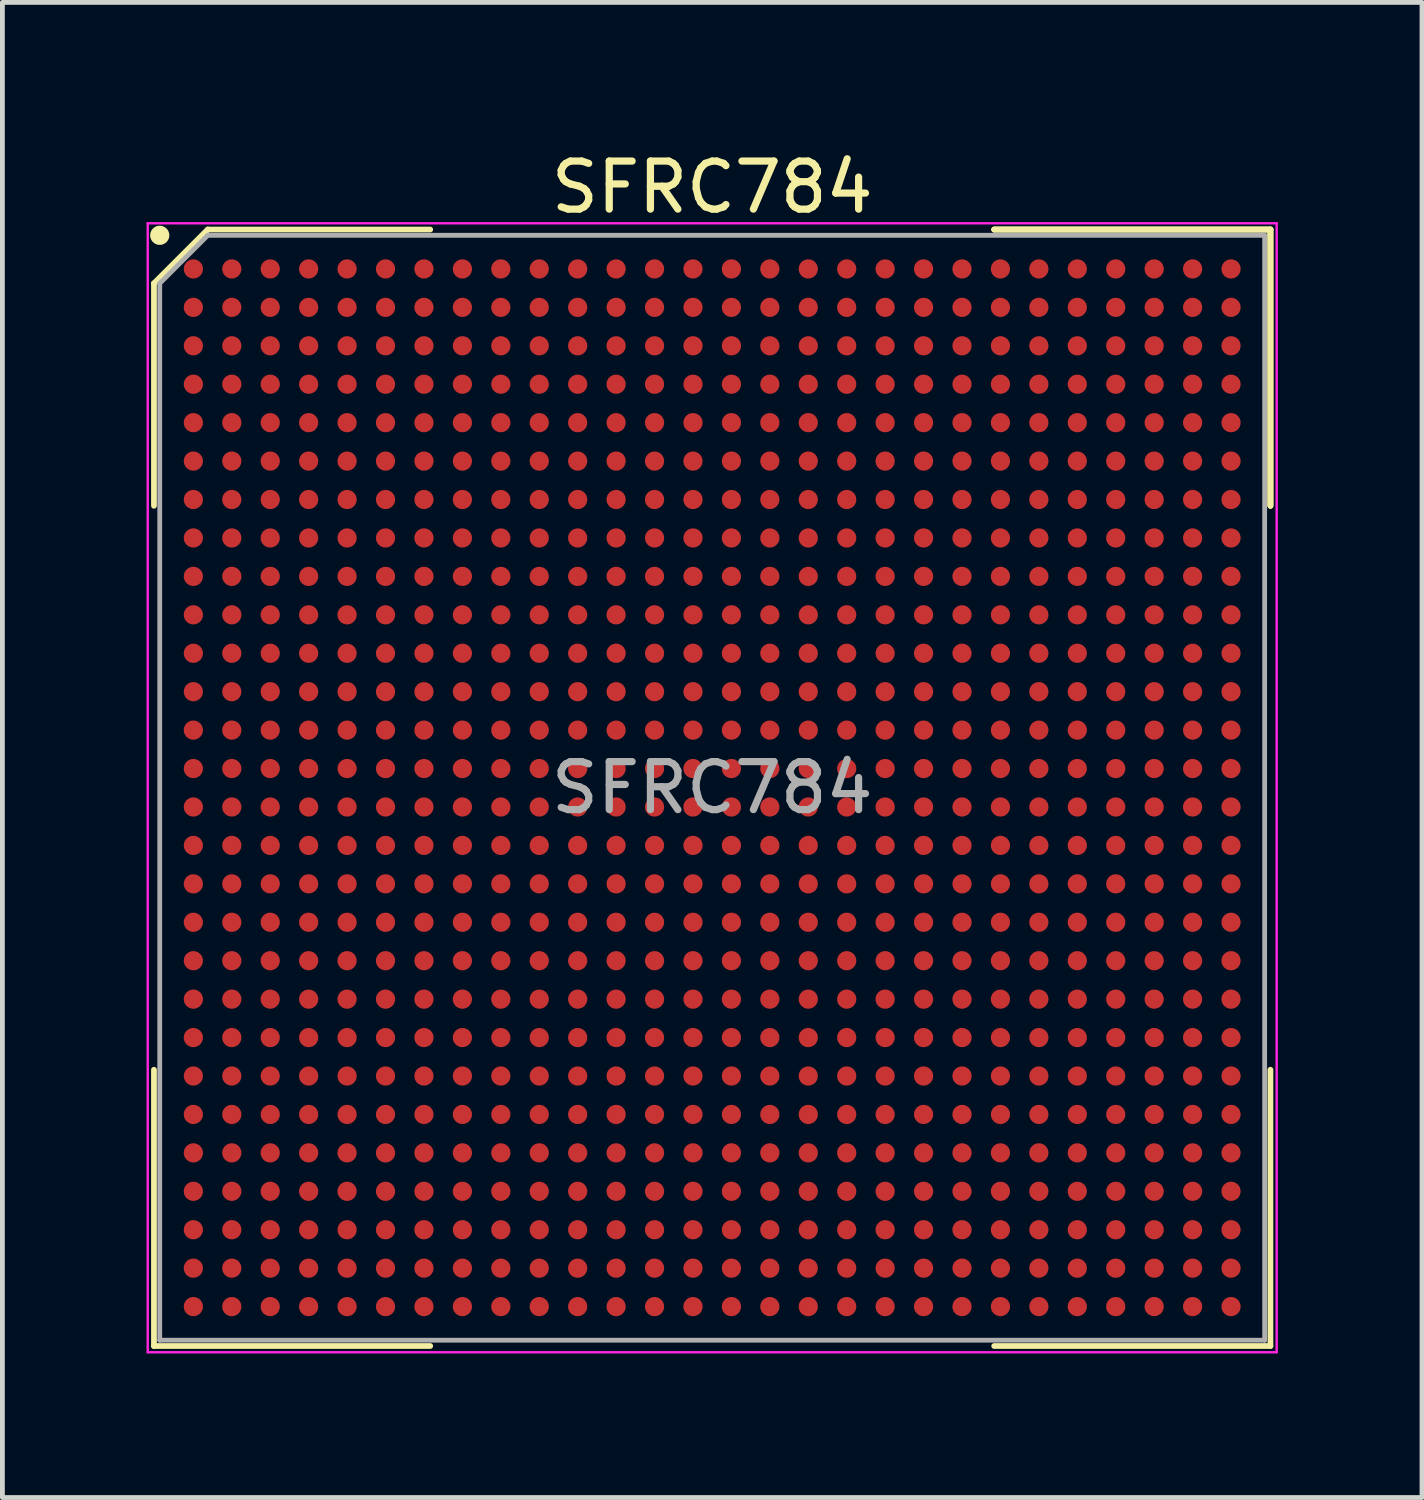
<source format=kicad_pcb>
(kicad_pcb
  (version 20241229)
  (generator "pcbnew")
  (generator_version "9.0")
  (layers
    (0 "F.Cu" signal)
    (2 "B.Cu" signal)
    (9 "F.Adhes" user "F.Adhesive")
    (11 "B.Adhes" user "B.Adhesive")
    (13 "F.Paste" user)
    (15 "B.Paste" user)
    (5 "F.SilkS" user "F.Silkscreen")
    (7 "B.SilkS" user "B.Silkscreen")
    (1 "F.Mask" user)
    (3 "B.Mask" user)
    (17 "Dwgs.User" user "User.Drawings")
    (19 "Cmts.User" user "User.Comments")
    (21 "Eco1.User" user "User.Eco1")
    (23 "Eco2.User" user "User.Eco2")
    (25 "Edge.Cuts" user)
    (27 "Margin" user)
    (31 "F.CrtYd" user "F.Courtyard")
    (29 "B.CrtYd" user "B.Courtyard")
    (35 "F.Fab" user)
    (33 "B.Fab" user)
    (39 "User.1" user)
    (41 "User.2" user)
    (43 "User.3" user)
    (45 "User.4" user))
  (footprint "SFRC784"
    (layer "F.Cu")
    (at 11.775 13.348)
    (property "Reference" "SFRC784" (at 0 -12.5 0) (layer "F.SilkS") (effects (font (size 1 1) (thickness 0.15))))
    (attr smd)
    (fp_line (start -11.62 -10.5) (end -11.62 -5.87) (stroke (width 0.12) (type solid)) (layer "F.SilkS"))
    (fp_line (start -11.62 11.62) (end -11.62 5.87) (stroke (width 0.12) (type solid)) (layer "F.SilkS"))
    (fp_line (start -10.5 -11.62) (end -11.62 -10.5) (stroke (width 0.12) (type solid)) (layer "F.SilkS"))
    (fp_line (start -5.87 -11.62) (end -10.5 -11.62) (stroke (width 0.12) (type solid)) (layer "F.SilkS"))
    (fp_line (start -5.87 11.62) (end -11.62 11.62) (stroke (width 0.12) (type solid)) (layer "F.SilkS"))
    (fp_line (start 5.87 -11.62) (end 11.62 -11.62) (stroke (width 0.12) (type solid)) (layer "F.SilkS"))
    (fp_line (start 5.87 -11.62) (end 11.62 -11.62) (stroke (width 0.12) (type solid)) (layer "F.SilkS"))
    (fp_line (start 5.87 -11.62) (end 11.62 -11.62) (stroke (width 0.12) (type solid)) (layer "F.SilkS"))
    (fp_line (start 5.87 11.62) (end 11.62 11.62) (stroke (width 0.12) (type solid)) (layer "F.SilkS"))
    (fp_line (start 11.62 -11.62) (end 11.62 -5.87) (stroke (width 0.12) (type solid)) (layer "F.SilkS"))
    (fp_line (start 11.62 -11.62) (end 11.62 -5.87) (stroke (width 0.12) (type solid)) (layer "F.SilkS"))
    (fp_line (start 11.62 -11.62) (end 11.62 -5.87) (stroke (width 0.12) (type solid)) (layer "F.SilkS"))
    (fp_line (start 11.62 11.62) (end 11.62 5.87) (stroke (width 0.12) (type solid)) (layer "F.SilkS"))
    (fp_circle (center -11.5 -11.5) (end -11.5 -11.4) (stroke (width 0.2) (type solid)) (fill no) (layer "F.SilkS"))
    (fp_line (start -11.75 -11.75) (end 11.75 -11.75) (stroke (width 0.05) (type solid)) (layer "F.CrtYd"))
    (fp_line (start -11.75 11.75) (end -11.75 -11.75) (stroke (width 0.05) (type solid)) (layer "F.CrtYd"))
    (fp_line (start 11.75 -11.75) (end 11.75 11.75) (stroke (width 0.05) (type solid)) (layer "F.CrtYd"))
    (fp_line (start 11.75 11.75) (end -11.75 11.75) (stroke (width 0.05) (type solid)) (layer "F.CrtYd"))
    (fp_line (start -11.5 -10.5) (end -11.5 11.5) (stroke (width 0.1) (type solid)) (layer "F.Fab"))
    (fp_line (start -11.5 11.5) (end 11.5 11.5) (stroke (width 0.1) (type solid)) (layer "F.Fab"))
    (fp_line (start -10.5 -11.5) (end -11.5 -10.5) (stroke (width 0.1) (type solid)) (layer "F.Fab"))
    (fp_line (start 11.5 -11.5) (end -10.5 -11.5) (stroke (width 0.1) (type solid)) (layer "F.Fab"))
    (fp_line (start 11.5 11.5) (end 11.5 -11.5) (stroke (width 0.1) (type solid)) (layer "F.Fab"))
    (fp_text user "${REFERENCE}" (at 0 0 0) (layer "F.Fab") (effects (font (size 1 1) (thickness 0.15))))
    (pad "A1" smd circle (at -10.8 -10.8) (size 0.4 0.4) (layers "F.Cu" "F.Mask" "F.Paste"))
    (pad "A2" smd circle (at -10 -10.8) (size 0.4 0.4) (layers "F.Cu" "F.Mask" "F.Paste"))
    (pad "A3" smd circle (at -9.2 -10.8) (size 0.4 0.4) (layers "F.Cu" "F.Mask" "F.Paste"))
    (pad "A4" smd circle (at -8.4 -10.8) (size 0.4 0.4) (layers "F.Cu" "F.Mask" "F.Paste"))
    (pad "A5" smd circle (at -7.6 -10.8) (size 0.4 0.4) (layers "F.Cu" "F.Mask" "F.Paste"))
    (pad "A6" smd circle (at -6.8 -10.8) (size 0.4 0.4) (layers "F.Cu" "F.Mask" "F.Paste"))
    (pad "A7" smd circle (at -6 -10.8) (size 0.4 0.4) (layers "F.Cu" "F.Mask" "F.Paste"))
    (pad "A8" smd circle (at -5.2 -10.8) (size 0.4 0.4) (layers "F.Cu" "F.Mask" "F.Paste"))
    (pad "A9" smd circle (at -4.4 -10.8) (size 0.4 0.4) (layers "F.Cu" "F.Mask" "F.Paste"))
    (pad "A10" smd circle (at -3.6 -10.8) (size 0.4 0.4) (layers "F.Cu" "F.Mask" "F.Paste"))
    (pad "A11" smd circle (at -2.8 -10.8) (size 0.4 0.4) (layers "F.Cu" "F.Mask" "F.Paste"))
    (pad "A12" smd circle (at -2 -10.8) (size 0.4 0.4) (layers "F.Cu" "F.Mask" "F.Paste"))
    (pad "A13" smd circle (at -1.2 -10.8) (size 0.4 0.4) (layers "F.Cu" "F.Mask" "F.Paste"))
    (pad "A14" smd circle (at -0.4 -10.8) (size 0.4 0.4) (layers "F.Cu" "F.Mask" "F.Paste"))
    (pad "A15" smd circle (at 0.4 -10.8) (size 0.4 0.4) (layers "F.Cu" "F.Mask" "F.Paste"))
    (pad "A16" smd circle (at 1.2 -10.8) (size 0.4 0.4) (layers "F.Cu" "F.Mask" "F.Paste"))
    (pad "A17" smd circle (at 2 -10.8) (size 0.4 0.4) (layers "F.Cu" "F.Mask" "F.Paste"))
    (pad "A18" smd circle (at 2.8 -10.8) (size 0.4 0.4) (layers "F.Cu" "F.Mask" "F.Paste"))
    (pad "A19" smd circle (at 3.6 -10.8) (size 0.4 0.4) (layers "F.Cu" "F.Mask" "F.Paste"))
    (pad "A20" smd circle (at 4.4 -10.8) (size 0.4 0.4) (layers "F.Cu" "F.Mask" "F.Paste"))
    (pad "A21" smd circle (at 5.2 -10.8) (size 0.4 0.4) (layers "F.Cu" "F.Mask" "F.Paste"))
    (pad "A22" smd circle (at 6 -10.8) (size 0.4 0.4) (layers "F.Cu" "F.Mask" "F.Paste"))
    (pad "A23" smd circle (at 6.8 -10.8) (size 0.4 0.4) (layers "F.Cu" "F.Mask" "F.Paste"))
    (pad "A24" smd circle (at 7.6 -10.8) (size 0.4 0.4) (layers "F.Cu" "F.Mask" "F.Paste"))
    (pad "A25" smd circle (at 8.4 -10.8) (size 0.4 0.4) (layers "F.Cu" "F.Mask" "F.Paste"))
    (pad "A26" smd circle (at 9.2 -10.8) (size 0.4 0.4) (layers "F.Cu" "F.Mask" "F.Paste"))
    (pad "A27" smd circle (at 10 -10.8) (size 0.4 0.4) (layers "F.Cu" "F.Mask" "F.Paste"))
    (pad "A28" smd circle (at 10.8 -10.8) (size 0.4 0.4) (layers "F.Cu" "F.Mask" "F.Paste"))
    (pad "AA1" smd circle (at -10.8 5.2) (size 0.4 0.4) (layers "F.Cu" "F.Mask" "F.Paste"))
    (pad "AA2" smd circle (at -10 5.2) (size 0.4 0.4) (layers "F.Cu" "F.Mask" "F.Paste"))
    (pad "AA3" smd circle (at -9.2 5.2) (size 0.4 0.4) (layers "F.Cu" "F.Mask" "F.Paste"))
    (pad "AA4" smd circle (at -8.4 5.2) (size 0.4 0.4) (layers "F.Cu" "F.Mask" "F.Paste"))
    (pad "AA5" smd circle (at -7.6 5.2) (size 0.4 0.4) (layers "F.Cu" "F.Mask" "F.Paste"))
    (pad "AA6" smd circle (at -6.8 5.2) (size 0.4 0.4) (layers "F.Cu" "F.Mask" "F.Paste"))
    (pad "AA7" smd circle (at -6 5.2) (size 0.4 0.4) (layers "F.Cu" "F.Mask" "F.Paste"))
    (pad "AA8" smd circle (at -5.2 5.2) (size 0.4 0.4) (layers "F.Cu" "F.Mask" "F.Paste"))
    (pad "AA9" smd circle (at -4.4 5.2) (size 0.4 0.4) (layers "F.Cu" "F.Mask" "F.Paste"))
    (pad "AA10" smd circle (at -3.6 5.2) (size 0.4 0.4) (layers "F.Cu" "F.Mask" "F.Paste"))
    (pad "AA11" smd circle (at -2.8 5.2) (size 0.4 0.4) (layers "F.Cu" "F.Mask" "F.Paste"))
    (pad "AA12" smd circle (at -2 5.2) (size 0.4 0.4) (layers "F.Cu" "F.Mask" "F.Paste"))
    (pad "AA13" smd circle (at -1.2 5.2) (size 0.4 0.4) (layers "F.Cu" "F.Mask" "F.Paste"))
    (pad "AA14" smd circle (at -0.4 5.2) (size 0.4 0.4) (layers "F.Cu" "F.Mask" "F.Paste"))
    (pad "AA15" smd circle (at 0.4 5.2) (size 0.4 0.4) (layers "F.Cu" "F.Mask" "F.Paste"))
    (pad "AA16" smd circle (at 1.2 5.2) (size 0.4 0.4) (layers "F.Cu" "F.Mask" "F.Paste"))
    (pad "AA17" smd circle (at 2 5.2) (size 0.4 0.4) (layers "F.Cu" "F.Mask" "F.Paste"))
    (pad "AA18" smd circle (at 2.8 5.2) (size 0.4 0.4) (layers "F.Cu" "F.Mask" "F.Paste"))
    (pad "AA19" smd circle (at 3.6 5.2) (size 0.4 0.4) (layers "F.Cu" "F.Mask" "F.Paste"))
    (pad "AA20" smd circle (at 4.4 5.2) (size 0.4 0.4) (layers "F.Cu" "F.Mask" "F.Paste"))
    (pad "AA21" smd circle (at 5.2 5.2) (size 0.4 0.4) (layers "F.Cu" "F.Mask" "F.Paste"))
    (pad "AA22" smd circle (at 6 5.2) (size 0.4 0.4) (layers "F.Cu" "F.Mask" "F.Paste"))
    (pad "AA23" smd circle (at 6.8 5.2) (size 0.4 0.4) (layers "F.Cu" "F.Mask" "F.Paste"))
    (pad "AA24" smd circle (at 7.6 5.2) (size 0.4 0.4) (layers "F.Cu" "F.Mask" "F.Paste"))
    (pad "AA25" smd circle (at 8.4 5.2) (size 0.4 0.4) (layers "F.Cu" "F.Mask" "F.Paste"))
    (pad "AA26" smd circle (at 9.2 5.2) (size 0.4 0.4) (layers "F.Cu" "F.Mask" "F.Paste"))
    (pad "AA27" smd circle (at 10 5.2) (size 0.4 0.4) (layers "F.Cu" "F.Mask" "F.Paste"))
    (pad "AA28" smd circle (at 10.8 5.2) (size 0.4 0.4) (layers "F.Cu" "F.Mask" "F.Paste"))
    (pad "AB1" smd circle (at -10.8 6) (size 0.4 0.4) (layers "F.Cu" "F.Mask" "F.Paste"))
    (pad "AB2" smd circle (at -10 6) (size 0.4 0.4) (layers "F.Cu" "F.Mask" "F.Paste"))
    (pad "AB3" smd circle (at -9.2 6) (size 0.4 0.4) (layers "F.Cu" "F.Mask" "F.Paste"))
    (pad "AB4" smd circle (at -8.4 6) (size 0.4 0.4) (layers "F.Cu" "F.Mask" "F.Paste"))
    (pad "AB5" smd circle (at -7.6 6) (size 0.4 0.4) (layers "F.Cu" "F.Mask" "F.Paste"))
    (pad "AB6" smd circle (at -6.8 6) (size 0.4 0.4) (layers "F.Cu" "F.Mask" "F.Paste"))
    (pad "AB7" smd circle (at -6 6) (size 0.4 0.4) (layers "F.Cu" "F.Mask" "F.Paste"))
    (pad "AB8" smd circle (at -5.2 6) (size 0.4 0.4) (layers "F.Cu" "F.Mask" "F.Paste"))
    (pad "AB9" smd circle (at -4.4 6) (size 0.4 0.4) (layers "F.Cu" "F.Mask" "F.Paste"))
    (pad "AB10" smd circle (at -3.6 6) (size 0.4 0.4) (layers "F.Cu" "F.Mask" "F.Paste"))
    (pad "AB11" smd circle (at -2.8 6) (size 0.4 0.4) (layers "F.Cu" "F.Mask" "F.Paste"))
    (pad "AB12" smd circle (at -2 6) (size 0.4 0.4) (layers "F.Cu" "F.Mask" "F.Paste"))
    (pad "AB13" smd circle (at -1.2 6) (size 0.4 0.4) (layers "F.Cu" "F.Mask" "F.Paste"))
    (pad "AB14" smd circle (at -0.4 6) (size 0.4 0.4) (layers "F.Cu" "F.Mask" "F.Paste"))
    (pad "AB15" smd circle (at 0.4 6) (size 0.4 0.4) (layers "F.Cu" "F.Mask" "F.Paste"))
    (pad "AB16" smd circle (at 1.2 6) (size 0.4 0.4) (layers "F.Cu" "F.Mask" "F.Paste"))
    (pad "AB17" smd circle (at 2 6) (size 0.4 0.4) (layers "F.Cu" "F.Mask" "F.Paste"))
    (pad "AB18" smd circle (at 2.8 6) (size 0.4 0.4) (layers "F.Cu" "F.Mask" "F.Paste"))
    (pad "AB19" smd circle (at 3.6 6) (size 0.4 0.4) (layers "F.Cu" "F.Mask" "F.Paste"))
    (pad "AB20" smd circle (at 4.4 6) (size 0.4 0.4) (layers "F.Cu" "F.Mask" "F.Paste"))
    (pad "AB21" smd circle (at 5.2 6) (size 0.4 0.4) (layers "F.Cu" "F.Mask" "F.Paste"))
    (pad "AB22" smd circle (at 6 6) (size 0.4 0.4) (layers "F.Cu" "F.Mask" "F.Paste"))
    (pad "AB23" smd circle (at 6.8 6) (size 0.4 0.4) (layers "F.Cu" "F.Mask" "F.Paste"))
    (pad "AB24" smd circle (at 7.6 6) (size 0.4 0.4) (layers "F.Cu" "F.Mask" "F.Paste"))
    (pad "AB25" smd circle (at 8.4 6) (size 0.4 0.4) (layers "F.Cu" "F.Mask" "F.Paste"))
    (pad "AB26" smd circle (at 9.2 6) (size 0.4 0.4) (layers "F.Cu" "F.Mask" "F.Paste"))
    (pad "AB27" smd circle (at 10 6) (size 0.4 0.4) (layers "F.Cu" "F.Mask" "F.Paste"))
    (pad "AB28" smd circle (at 10.8 6) (size 0.4 0.4) (layers "F.Cu" "F.Mask" "F.Paste"))
    (pad "AC1" smd circle (at -10.8 6.8) (size 0.4 0.4) (layers "F.Cu" "F.Mask" "F.Paste"))
    (pad "AC2" smd circle (at -10 6.8) (size 0.4 0.4) (layers "F.Cu" "F.Mask" "F.Paste"))
    (pad "AC3" smd circle (at -9.2 6.8) (size 0.4 0.4) (layers "F.Cu" "F.Mask" "F.Paste"))
    (pad "AC4" smd circle (at -8.4 6.8) (size 0.4 0.4) (layers "F.Cu" "F.Mask" "F.Paste"))
    (pad "AC5" smd circle (at -7.6 6.8) (size 0.4 0.4) (layers "F.Cu" "F.Mask" "F.Paste"))
    (pad "AC6" smd circle (at -6.8 6.8) (size 0.4 0.4) (layers "F.Cu" "F.Mask" "F.Paste"))
    (pad "AC7" smd circle (at -6 6.8) (size 0.4 0.4) (layers "F.Cu" "F.Mask" "F.Paste"))
    (pad "AC8" smd circle (at -5.2 6.8) (size 0.4 0.4) (layers "F.Cu" "F.Mask" "F.Paste"))
    (pad "AC9" smd circle (at -4.4 6.8) (size 0.4 0.4) (layers "F.Cu" "F.Mask" "F.Paste"))
    (pad "AC10" smd circle (at -3.6 6.8) (size 0.4 0.4) (layers "F.Cu" "F.Mask" "F.Paste"))
    (pad "AC11" smd circle (at -2.8 6.8) (size 0.4 0.4) (layers "F.Cu" "F.Mask" "F.Paste"))
    (pad "AC12" smd circle (at -2 6.8) (size 0.4 0.4) (layers "F.Cu" "F.Mask" "F.Paste"))
    (pad "AC13" smd circle (at -1.2 6.8) (size 0.4 0.4) (layers "F.Cu" "F.Mask" "F.Paste"))
    (pad "AC14" smd circle (at -0.4 6.8) (size 0.4 0.4) (layers "F.Cu" "F.Mask" "F.Paste"))
    (pad "AC15" smd circle (at 0.4 6.8) (size 0.4 0.4) (layers "F.Cu" "F.Mask" "F.Paste"))
    (pad "AC16" smd circle (at 1.2 6.8) (size 0.4 0.4) (layers "F.Cu" "F.Mask" "F.Paste"))
    (pad "AC17" smd circle (at 2 6.8) (size 0.4 0.4) (layers "F.Cu" "F.Mask" "F.Paste"))
    (pad "AC18" smd circle (at 2.8 6.8) (size 0.4 0.4) (layers "F.Cu" "F.Mask" "F.Paste"))
    (pad "AC19" smd circle (at 3.6 6.8) (size 0.4 0.4) (layers "F.Cu" "F.Mask" "F.Paste"))
    (pad "AC20" smd circle (at 4.4 6.8) (size 0.4 0.4) (layers "F.Cu" "F.Mask" "F.Paste"))
    (pad "AC21" smd circle (at 5.2 6.8) (size 0.4 0.4) (layers "F.Cu" "F.Mask" "F.Paste"))
    (pad "AC22" smd circle (at 6 6.8) (size 0.4 0.4) (layers "F.Cu" "F.Mask" "F.Paste"))
    (pad "AC23" smd circle (at 6.8 6.8) (size 0.4 0.4) (layers "F.Cu" "F.Mask" "F.Paste"))
    (pad "AC24" smd circle (at 7.6 6.8) (size 0.4 0.4) (layers "F.Cu" "F.Mask" "F.Paste"))
    (pad "AC25" smd circle (at 8.4 6.8) (size 0.4 0.4) (layers "F.Cu" "F.Mask" "F.Paste"))
    (pad "AC26" smd circle (at 9.2 6.8) (size 0.4 0.4) (layers "F.Cu" "F.Mask" "F.Paste"))
    (pad "AC27" smd circle (at 10 6.8) (size 0.4 0.4) (layers "F.Cu" "F.Mask" "F.Paste"))
    (pad "AC28" smd circle (at 10.8 6.8) (size 0.4 0.4) (layers "F.Cu" "F.Mask" "F.Paste"))
    (pad "AD1" smd circle (at -10.8 7.6) (size 0.4 0.4) (layers "F.Cu" "F.Mask" "F.Paste"))
    (pad "AD2" smd circle (at -10 7.6) (size 0.4 0.4) (layers "F.Cu" "F.Mask" "F.Paste"))
    (pad "AD3" smd circle (at -9.2 7.6) (size 0.4 0.4) (layers "F.Cu" "F.Mask" "F.Paste"))
    (pad "AD4" smd circle (at -8.4 7.6) (size 0.4 0.4) (layers "F.Cu" "F.Mask" "F.Paste"))
    (pad "AD5" smd circle (at -7.6 7.6) (size 0.4 0.4) (layers "F.Cu" "F.Mask" "F.Paste"))
    (pad "AD6" smd circle (at -6.8 7.6) (size 0.4 0.4) (layers "F.Cu" "F.Mask" "F.Paste"))
    (pad "AD7" smd circle (at -6 7.6) (size 0.4 0.4) (layers "F.Cu" "F.Mask" "F.Paste"))
    (pad "AD8" smd circle (at -5.2 7.6) (size 0.4 0.4) (layers "F.Cu" "F.Mask" "F.Paste"))
    (pad "AD9" smd circle (at -4.4 7.6) (size 0.4 0.4) (layers "F.Cu" "F.Mask" "F.Paste"))
    (pad "AD10" smd circle (at -3.6 7.6) (size 0.4 0.4) (layers "F.Cu" "F.Mask" "F.Paste"))
    (pad "AD11" smd circle (at -2.8 7.6) (size 0.4 0.4) (layers "F.Cu" "F.Mask" "F.Paste"))
    (pad "AD12" smd circle (at -2 7.6) (size 0.4 0.4) (layers "F.Cu" "F.Mask" "F.Paste"))
    (pad "AD13" smd circle (at -1.2 7.6) (size 0.4 0.4) (layers "F.Cu" "F.Mask" "F.Paste"))
    (pad "AD14" smd circle (at -0.4 7.6) (size 0.4 0.4) (layers "F.Cu" "F.Mask" "F.Paste"))
    (pad "AD15" smd circle (at 0.4 7.6) (size 0.4 0.4) (layers "F.Cu" "F.Mask" "F.Paste"))
    (pad "AD16" smd circle (at 1.2 7.6) (size 0.4 0.4) (layers "F.Cu" "F.Mask" "F.Paste"))
    (pad "AD17" smd circle (at 2 7.6) (size 0.4 0.4) (layers "F.Cu" "F.Mask" "F.Paste"))
    (pad "AD18" smd circle (at 2.8 7.6) (size 0.4 0.4) (layers "F.Cu" "F.Mask" "F.Paste"))
    (pad "AD19" smd circle (at 3.6 7.6) (size 0.4 0.4) (layers "F.Cu" "F.Mask" "F.Paste"))
    (pad "AD20" smd circle (at 4.4 7.6) (size 0.4 0.4) (layers "F.Cu" "F.Mask" "F.Paste"))
    (pad "AD21" smd circle (at 5.2 7.6) (size 0.4 0.4) (layers "F.Cu" "F.Mask" "F.Paste"))
    (pad "AD22" smd circle (at 6 7.6) (size 0.4 0.4) (layers "F.Cu" "F.Mask" "F.Paste"))
    (pad "AD23" smd circle (at 6.8 7.6) (size 0.4 0.4) (layers "F.Cu" "F.Mask" "F.Paste"))
    (pad "AD24" smd circle (at 7.6 7.6) (size 0.4 0.4) (layers "F.Cu" "F.Mask" "F.Paste"))
    (pad "AD25" smd circle (at 8.4 7.6) (size 0.4 0.4) (layers "F.Cu" "F.Mask" "F.Paste"))
    (pad "AD26" smd circle (at 9.2 7.6) (size 0.4 0.4) (layers "F.Cu" "F.Mask" "F.Paste"))
    (pad "AD27" smd circle (at 10 7.6) (size 0.4 0.4) (layers "F.Cu" "F.Mask" "F.Paste"))
    (pad "AD28" smd circle (at 10.8 7.6) (size 0.4 0.4) (layers "F.Cu" "F.Mask" "F.Paste"))
    (pad "AE1" smd circle (at -10.8 8.4) (size 0.4 0.4) (layers "F.Cu" "F.Mask" "F.Paste"))
    (pad "AE2" smd circle (at -10 8.4) (size 0.4 0.4) (layers "F.Cu" "F.Mask" "F.Paste"))
    (pad "AE3" smd circle (at -9.2 8.4) (size 0.4 0.4) (layers "F.Cu" "F.Mask" "F.Paste"))
    (pad "AE4" smd circle (at -8.4 8.4) (size 0.4 0.4) (layers "F.Cu" "F.Mask" "F.Paste"))
    (pad "AE5" smd circle (at -7.6 8.4) (size 0.4 0.4) (layers "F.Cu" "F.Mask" "F.Paste"))
    (pad "AE6" smd circle (at -6.8 8.4) (size 0.4 0.4) (layers "F.Cu" "F.Mask" "F.Paste"))
    (pad "AE7" smd circle (at -6 8.4) (size 0.4 0.4) (layers "F.Cu" "F.Mask" "F.Paste"))
    (pad "AE8" smd circle (at -5.2 8.4) (size 0.4 0.4) (layers "F.Cu" "F.Mask" "F.Paste"))
    (pad "AE9" smd circle (at -4.4 8.4) (size 0.4 0.4) (layers "F.Cu" "F.Mask" "F.Paste"))
    (pad "AE10" smd circle (at -3.6 8.4) (size 0.4 0.4) (layers "F.Cu" "F.Mask" "F.Paste"))
    (pad "AE11" smd circle (at -2.8 8.4) (size 0.4 0.4) (layers "F.Cu" "F.Mask" "F.Paste"))
    (pad "AE12" smd circle (at -2 8.4) (size 0.4 0.4) (layers "F.Cu" "F.Mask" "F.Paste"))
    (pad "AE13" smd circle (at -1.2 8.4) (size 0.4 0.4) (layers "F.Cu" "F.Mask" "F.Paste"))
    (pad "AE14" smd circle (at -0.4 8.4) (size 0.4 0.4) (layers "F.Cu" "F.Mask" "F.Paste"))
    (pad "AE15" smd circle (at 0.4 8.4) (size 0.4 0.4) (layers "F.Cu" "F.Mask" "F.Paste"))
    (pad "AE16" smd circle (at 1.2 8.4) (size 0.4 0.4) (layers "F.Cu" "F.Mask" "F.Paste"))
    (pad "AE17" smd circle (at 2 8.4) (size 0.4 0.4) (layers "F.Cu" "F.Mask" "F.Paste"))
    (pad "AE18" smd circle (at 2.8 8.4) (size 0.4 0.4) (layers "F.Cu" "F.Mask" "F.Paste"))
    (pad "AE19" smd circle (at 3.6 8.4) (size 0.4 0.4) (layers "F.Cu" "F.Mask" "F.Paste"))
    (pad "AE20" smd circle (at 4.4 8.4) (size 0.4 0.4) (layers "F.Cu" "F.Mask" "F.Paste"))
    (pad "AE21" smd circle (at 5.2 8.4) (size 0.4 0.4) (layers "F.Cu" "F.Mask" "F.Paste"))
    (pad "AE22" smd circle (at 6 8.4) (size 0.4 0.4) (layers "F.Cu" "F.Mask" "F.Paste"))
    (pad "AE23" smd circle (at 6.8 8.4) (size 0.4 0.4) (layers "F.Cu" "F.Mask" "F.Paste"))
    (pad "AE24" smd circle (at 7.6 8.4) (size 0.4 0.4) (layers "F.Cu" "F.Mask" "F.Paste"))
    (pad "AE25" smd circle (at 8.4 8.4) (size 0.4 0.4) (layers "F.Cu" "F.Mask" "F.Paste"))
    (pad "AE26" smd circle (at 9.2 8.4) (size 0.4 0.4) (layers "F.Cu" "F.Mask" "F.Paste"))
    (pad "AE27" smd circle (at 10 8.4) (size 0.4 0.4) (layers "F.Cu" "F.Mask" "F.Paste"))
    (pad "AE28" smd circle (at 10.8 8.4) (size 0.4 0.4) (layers "F.Cu" "F.Mask" "F.Paste"))
    (pad "AF1" smd circle (at -10.8 9.2) (size 0.4 0.4) (layers "F.Cu" "F.Mask" "F.Paste"))
    (pad "AF2" smd circle (at -10 9.2) (size 0.4 0.4) (layers "F.Cu" "F.Mask" "F.Paste"))
    (pad "AF3" smd circle (at -9.2 9.2) (size 0.4 0.4) (layers "F.Cu" "F.Mask" "F.Paste"))
    (pad "AF4" smd circle (at -8.4 9.2) (size 0.4 0.4) (layers "F.Cu" "F.Mask" "F.Paste"))
    (pad "AF5" smd circle (at -7.6 9.2) (size 0.4 0.4) (layers "F.Cu" "F.Mask" "F.Paste"))
    (pad "AF6" smd circle (at -6.8 9.2) (size 0.4 0.4) (layers "F.Cu" "F.Mask" "F.Paste"))
    (pad "AF7" smd circle (at -6 9.2) (size 0.4 0.4) (layers "F.Cu" "F.Mask" "F.Paste"))
    (pad "AF8" smd circle (at -5.2 9.2) (size 0.4 0.4) (layers "F.Cu" "F.Mask" "F.Paste"))
    (pad "AF9" smd circle (at -4.4 9.2) (size 0.4 0.4) (layers "F.Cu" "F.Mask" "F.Paste"))
    (pad "AF10" smd circle (at -3.6 9.2) (size 0.4 0.4) (layers "F.Cu" "F.Mask" "F.Paste"))
    (pad "AF11" smd circle (at -2.8 9.2) (size 0.4 0.4) (layers "F.Cu" "F.Mask" "F.Paste"))
    (pad "AF12" smd circle (at -2 9.2) (size 0.4 0.4) (layers "F.Cu" "F.Mask" "F.Paste"))
    (pad "AF13" smd circle (at -1.2 9.2) (size 0.4 0.4) (layers "F.Cu" "F.Mask" "F.Paste"))
    (pad "AF14" smd circle (at -0.4 9.2) (size 0.4 0.4) (layers "F.Cu" "F.Mask" "F.Paste"))
    (pad "AF15" smd circle (at 0.4 9.2) (size 0.4 0.4) (layers "F.Cu" "F.Mask" "F.Paste"))
    (pad "AF16" smd circle (at 1.2 9.2) (size 0.4 0.4) (layers "F.Cu" "F.Mask" "F.Paste"))
    (pad "AF17" smd circle (at 2 9.2) (size 0.4 0.4) (layers "F.Cu" "F.Mask" "F.Paste"))
    (pad "AF18" smd circle (at 2.8 9.2) (size 0.4 0.4) (layers "F.Cu" "F.Mask" "F.Paste"))
    (pad "AF19" smd circle (at 3.6 9.2) (size 0.4 0.4) (layers "F.Cu" "F.Mask" "F.Paste"))
    (pad "AF20" smd circle (at 4.4 9.2) (size 0.4 0.4) (layers "F.Cu" "F.Mask" "F.Paste"))
    (pad "AF21" smd circle (at 5.2 9.2) (size 0.4 0.4) (layers "F.Cu" "F.Mask" "F.Paste"))
    (pad "AF22" smd circle (at 6 9.2) (size 0.4 0.4) (layers "F.Cu" "F.Mask" "F.Paste"))
    (pad "AF23" smd circle (at 6.8 9.2) (size 0.4 0.4) (layers "F.Cu" "F.Mask" "F.Paste"))
    (pad "AF24" smd circle (at 7.6 9.2) (size 0.4 0.4) (layers "F.Cu" "F.Mask" "F.Paste"))
    (pad "AF25" smd circle (at 8.4 9.2) (size 0.4 0.4) (layers "F.Cu" "F.Mask" "F.Paste"))
    (pad "AF26" smd circle (at 9.2 9.2) (size 0.4 0.4) (layers "F.Cu" "F.Mask" "F.Paste"))
    (pad "AF27" smd circle (at 10 9.2) (size 0.4 0.4) (layers "F.Cu" "F.Mask" "F.Paste"))
    (pad "AF28" smd circle (at 10.8 9.2) (size 0.4 0.4) (layers "F.Cu" "F.Mask" "F.Paste"))
    (pad "AG1" smd circle (at -10.8 10) (size 0.4 0.4) (layers "F.Cu" "F.Mask" "F.Paste"))
    (pad "AG2" smd circle (at -10 10) (size 0.4 0.4) (layers "F.Cu" "F.Mask" "F.Paste"))
    (pad "AG3" smd circle (at -9.2 10) (size 0.4 0.4) (layers "F.Cu" "F.Mask" "F.Paste"))
    (pad "AG4" smd circle (at -8.4 10) (size 0.4 0.4) (layers "F.Cu" "F.Mask" "F.Paste"))
    (pad "AG5" smd circle (at -7.6 10) (size 0.4 0.4) (layers "F.Cu" "F.Mask" "F.Paste"))
    (pad "AG6" smd circle (at -6.8 10) (size 0.4 0.4) (layers "F.Cu" "F.Mask" "F.Paste"))
    (pad "AG7" smd circle (at -6 10) (size 0.4 0.4) (layers "F.Cu" "F.Mask" "F.Paste"))
    (pad "AG8" smd circle (at -5.2 10) (size 0.4 0.4) (layers "F.Cu" "F.Mask" "F.Paste"))
    (pad "AG9" smd circle (at -4.4 10) (size 0.4 0.4) (layers "F.Cu" "F.Mask" "F.Paste"))
    (pad "AG10" smd circle (at -3.6 10) (size 0.4 0.4) (layers "F.Cu" "F.Mask" "F.Paste"))
    (pad "AG11" smd circle (at -2.8 10) (size 0.4 0.4) (layers "F.Cu" "F.Mask" "F.Paste"))
    (pad "AG12" smd circle (at -2 10) (size 0.4 0.4) (layers "F.Cu" "F.Mask" "F.Paste"))
    (pad "AG13" smd circle (at -1.2 10) (size 0.4 0.4) (layers "F.Cu" "F.Mask" "F.Paste"))
    (pad "AG14" smd circle (at -0.4 10) (size 0.4 0.4) (layers "F.Cu" "F.Mask" "F.Paste"))
    (pad "AG15" smd circle (at 0.4 10) (size 0.4 0.4) (layers "F.Cu" "F.Mask" "F.Paste"))
    (pad "AG16" smd circle (at 1.2 10) (size 0.4 0.4) (layers "F.Cu" "F.Mask" "F.Paste"))
    (pad "AG17" smd circle (at 2 10) (size 0.4 0.4) (layers "F.Cu" "F.Mask" "F.Paste"))
    (pad "AG18" smd circle (at 2.8 10) (size 0.4 0.4) (layers "F.Cu" "F.Mask" "F.Paste"))
    (pad "AG19" smd circle (at 3.6 10) (size 0.4 0.4) (layers "F.Cu" "F.Mask" "F.Paste"))
    (pad "AG20" smd circle (at 4.4 10) (size 0.4 0.4) (layers "F.Cu" "F.Mask" "F.Paste"))
    (pad "AG21" smd circle (at 5.2 10) (size 0.4 0.4) (layers "F.Cu" "F.Mask" "F.Paste"))
    (pad "AG22" smd circle (at 6 10) (size 0.4 0.4) (layers "F.Cu" "F.Mask" "F.Paste"))
    (pad "AG23" smd circle (at 6.8 10) (size 0.4 0.4) (layers "F.Cu" "F.Mask" "F.Paste"))
    (pad "AG24" smd circle (at 7.6 10) (size 0.4 0.4) (layers "F.Cu" "F.Mask" "F.Paste"))
    (pad "AG25" smd circle (at 8.4 10) (size 0.4 0.4) (layers "F.Cu" "F.Mask" "F.Paste"))
    (pad "AG26" smd circle (at 9.2 10) (size 0.4 0.4) (layers "F.Cu" "F.Mask" "F.Paste"))
    (pad "AG27" smd circle (at 10 10) (size 0.4 0.4) (layers "F.Cu" "F.Mask" "F.Paste"))
    (pad "AG28" smd circle (at 10.8 10) (size 0.4 0.4) (layers "F.Cu" "F.Mask" "F.Paste"))
    (pad "AH1" smd circle (at -10.8 10.8) (size 0.4 0.4) (layers "F.Cu" "F.Mask" "F.Paste"))
    (pad "AH2" smd circle (at -10 10.8) (size 0.4 0.4) (layers "F.Cu" "F.Mask" "F.Paste"))
    (pad "AH3" smd circle (at -9.2 10.8) (size 0.4 0.4) (layers "F.Cu" "F.Mask" "F.Paste"))
    (pad "AH4" smd circle (at -8.4 10.8) (size 0.4 0.4) (layers "F.Cu" "F.Mask" "F.Paste"))
    (pad "AH5" smd circle (at -7.6 10.8) (size 0.4 0.4) (layers "F.Cu" "F.Mask" "F.Paste"))
    (pad "AH6" smd circle (at -6.8 10.8) (size 0.4 0.4) (layers "F.Cu" "F.Mask" "F.Paste"))
    (pad "AH7" smd circle (at -6 10.8) (size 0.4 0.4) (layers "F.Cu" "F.Mask" "F.Paste"))
    (pad "AH8" smd circle (at -5.2 10.8) (size 0.4 0.4) (layers "F.Cu" "F.Mask" "F.Paste"))
    (pad "AH9" smd circle (at -4.4 10.8) (size 0.4 0.4) (layers "F.Cu" "F.Mask" "F.Paste"))
    (pad "AH10" smd circle (at -3.6 10.8) (size 0.4 0.4) (layers "F.Cu" "F.Mask" "F.Paste"))
    (pad "AH11" smd circle (at -2.8 10.8) (size 0.4 0.4) (layers "F.Cu" "F.Mask" "F.Paste"))
    (pad "AH12" smd circle (at -2 10.8) (size 0.4 0.4) (layers "F.Cu" "F.Mask" "F.Paste"))
    (pad "AH13" smd circle (at -1.2 10.8) (size 0.4 0.4) (layers "F.Cu" "F.Mask" "F.Paste"))
    (pad "AH14" smd circle (at -0.4 10.8) (size 0.4 0.4) (layers "F.Cu" "F.Mask" "F.Paste"))
    (pad "AH15" smd circle (at 0.4 10.8) (size 0.4 0.4) (layers "F.Cu" "F.Mask" "F.Paste"))
    (pad "AH16" smd circle (at 1.2 10.8) (size 0.4 0.4) (layers "F.Cu" "F.Mask" "F.Paste"))
    (pad "AH17" smd circle (at 2 10.8) (size 0.4 0.4) (layers "F.Cu" "F.Mask" "F.Paste"))
    (pad "AH18" smd circle (at 2.8 10.8) (size 0.4 0.4) (layers "F.Cu" "F.Mask" "F.Paste"))
    (pad "AH19" smd circle (at 3.6 10.8) (size 0.4 0.4) (layers "F.Cu" "F.Mask" "F.Paste"))
    (pad "AH20" smd circle (at 4.4 10.8) (size 0.4 0.4) (layers "F.Cu" "F.Mask" "F.Paste"))
    (pad "AH21" smd circle (at 5.2 10.8) (size 0.4 0.4) (layers "F.Cu" "F.Mask" "F.Paste"))
    (pad "AH22" smd circle (at 6 10.8) (size 0.4 0.4) (layers "F.Cu" "F.Mask" "F.Paste"))
    (pad "AH23" smd circle (at 6.8 10.8) (size 0.4 0.4) (layers "F.Cu" "F.Mask" "F.Paste"))
    (pad "AH24" smd circle (at 7.6 10.8) (size 0.4 0.4) (layers "F.Cu" "F.Mask" "F.Paste"))
    (pad "AH25" smd circle (at 8.4 10.8) (size 0.4 0.4) (layers "F.Cu" "F.Mask" "F.Paste"))
    (pad "AH26" smd circle (at 9.2 10.8) (size 0.4 0.4) (layers "F.Cu" "F.Mask" "F.Paste"))
    (pad "AH27" smd circle (at 10 10.8) (size 0.4 0.4) (layers "F.Cu" "F.Mask" "F.Paste"))
    (pad "AH28" smd circle (at 10.8 10.8) (size 0.4 0.4) (layers "F.Cu" "F.Mask" "F.Paste"))
    (pad "B1" smd circle (at -10.8 -10) (size 0.4 0.4) (layers "F.Cu" "F.Mask" "F.Paste"))
    (pad "B2" smd circle (at -10 -10) (size 0.4 0.4) (layers "F.Cu" "F.Mask" "F.Paste"))
    (pad "B3" smd circle (at -9.2 -10) (size 0.4 0.4) (layers "F.Cu" "F.Mask" "F.Paste"))
    (pad "B4" smd circle (at -8.4 -10) (size 0.4 0.4) (layers "F.Cu" "F.Mask" "F.Paste"))
    (pad "B5" smd circle (at -7.6 -10) (size 0.4 0.4) (layers "F.Cu" "F.Mask" "F.Paste"))
    (pad "B6" smd circle (at -6.8 -10) (size 0.4 0.4) (layers "F.Cu" "F.Mask" "F.Paste"))
    (pad "B7" smd circle (at -6 -10) (size 0.4 0.4) (layers "F.Cu" "F.Mask" "F.Paste"))
    (pad "B8" smd circle (at -5.2 -10) (size 0.4 0.4) (layers "F.Cu" "F.Mask" "F.Paste"))
    (pad "B9" smd circle (at -4.4 -10) (size 0.4 0.4) (layers "F.Cu" "F.Mask" "F.Paste"))
    (pad "B10" smd circle (at -3.6 -10) (size 0.4 0.4) (layers "F.Cu" "F.Mask" "F.Paste"))
    (pad "B11" smd circle (at -2.8 -10) (size 0.4 0.4) (layers "F.Cu" "F.Mask" "F.Paste"))
    (pad "B12" smd circle (at -2 -10) (size 0.4 0.4) (layers "F.Cu" "F.Mask" "F.Paste"))
    (pad "B13" smd circle (at -1.2 -10) (size 0.4 0.4) (layers "F.Cu" "F.Mask" "F.Paste"))
    (pad "B14" smd circle (at -0.4 -10) (size 0.4 0.4) (layers "F.Cu" "F.Mask" "F.Paste"))
    (pad "B15" smd circle (at 0.4 -10) (size 0.4 0.4) (layers "F.Cu" "F.Mask" "F.Paste"))
    (pad "B16" smd circle (at 1.2 -10) (size 0.4 0.4) (layers "F.Cu" "F.Mask" "F.Paste"))
    (pad "B17" smd circle (at 2 -10) (size 0.4 0.4) (layers "F.Cu" "F.Mask" "F.Paste"))
    (pad "B18" smd circle (at 2.8 -10) (size 0.4 0.4) (layers "F.Cu" "F.Mask" "F.Paste"))
    (pad "B19" smd circle (at 3.6 -10) (size 0.4 0.4) (layers "F.Cu" "F.Mask" "F.Paste"))
    (pad "B20" smd circle (at 4.4 -10) (size 0.4 0.4) (layers "F.Cu" "F.Mask" "F.Paste"))
    (pad "B21" smd circle (at 5.2 -10) (size 0.4 0.4) (layers "F.Cu" "F.Mask" "F.Paste"))
    (pad "B22" smd circle (at 6 -10) (size 0.4 0.4) (layers "F.Cu" "F.Mask" "F.Paste"))
    (pad "B23" smd circle (at 6.8 -10) (size 0.4 0.4) (layers "F.Cu" "F.Mask" "F.Paste"))
    (pad "B24" smd circle (at 7.6 -10) (size 0.4 0.4) (layers "F.Cu" "F.Mask" "F.Paste"))
    (pad "B25" smd circle (at 8.4 -10) (size 0.4 0.4) (layers "F.Cu" "F.Mask" "F.Paste"))
    (pad "B26" smd circle (at 9.2 -10) (size 0.4 0.4) (layers "F.Cu" "F.Mask" "F.Paste"))
    (pad "B27" smd circle (at 10 -10) (size 0.4 0.4) (layers "F.Cu" "F.Mask" "F.Paste"))
    (pad "B28" smd circle (at 10.8 -10) (size 0.4 0.4) (layers "F.Cu" "F.Mask" "F.Paste"))
    (pad "C1" smd circle (at -10.8 -9.2) (size 0.4 0.4) (layers "F.Cu" "F.Mask" "F.Paste"))
    (pad "C2" smd circle (at -10 -9.2) (size 0.4 0.4) (layers "F.Cu" "F.Mask" "F.Paste"))
    (pad "C3" smd circle (at -9.2 -9.2) (size 0.4 0.4) (layers "F.Cu" "F.Mask" "F.Paste"))
    (pad "C4" smd circle (at -8.4 -9.2) (size 0.4 0.4) (layers "F.Cu" "F.Mask" "F.Paste"))
    (pad "C5" smd circle (at -7.6 -9.2) (size 0.4 0.4) (layers "F.Cu" "F.Mask" "F.Paste"))
    (pad "C6" smd circle (at -6.8 -9.2) (size 0.4 0.4) (layers "F.Cu" "F.Mask" "F.Paste"))
    (pad "C7" smd circle (at -6 -9.2) (size 0.4 0.4) (layers "F.Cu" "F.Mask" "F.Paste"))
    (pad "C8" smd circle (at -5.2 -9.2) (size 0.4 0.4) (layers "F.Cu" "F.Mask" "F.Paste"))
    (pad "C9" smd circle (at -4.4 -9.2) (size 0.4 0.4) (layers "F.Cu" "F.Mask" "F.Paste"))
    (pad "C10" smd circle (at -3.6 -9.2) (size 0.4 0.4) (layers "F.Cu" "F.Mask" "F.Paste"))
    (pad "C11" smd circle (at -2.8 -9.2) (size 0.4 0.4) (layers "F.Cu" "F.Mask" "F.Paste"))
    (pad "C12" smd circle (at -2 -9.2) (size 0.4 0.4) (layers "F.Cu" "F.Mask" "F.Paste"))
    (pad "C13" smd circle (at -1.2 -9.2) (size 0.4 0.4) (layers "F.Cu" "F.Mask" "F.Paste"))
    (pad "C14" smd circle (at -0.4 -9.2) (size 0.4 0.4) (layers "F.Cu" "F.Mask" "F.Paste"))
    (pad "C15" smd circle (at 0.4 -9.2) (size 0.4 0.4) (layers "F.Cu" "F.Mask" "F.Paste"))
    (pad "C16" smd circle (at 1.2 -9.2) (size 0.4 0.4) (layers "F.Cu" "F.Mask" "F.Paste"))
    (pad "C17" smd circle (at 2 -9.2) (size 0.4 0.4) (layers "F.Cu" "F.Mask" "F.Paste"))
    (pad "C18" smd circle (at 2.8 -9.2) (size 0.4 0.4) (layers "F.Cu" "F.Mask" "F.Paste"))
    (pad "C19" smd circle (at 3.6 -9.2) (size 0.4 0.4) (layers "F.Cu" "F.Mask" "F.Paste"))
    (pad "C20" smd circle (at 4.4 -9.2) (size 0.4 0.4) (layers "F.Cu" "F.Mask" "F.Paste"))
    (pad "C21" smd circle (at 5.2 -9.2) (size 0.4 0.4) (layers "F.Cu" "F.Mask" "F.Paste"))
    (pad "C22" smd circle (at 6 -9.2) (size 0.4 0.4) (layers "F.Cu" "F.Mask" "F.Paste"))
    (pad "C23" smd circle (at 6.8 -9.2) (size 0.4 0.4) (layers "F.Cu" "F.Mask" "F.Paste"))
    (pad "C24" smd circle (at 7.6 -9.2) (size 0.4 0.4) (layers "F.Cu" "F.Mask" "F.Paste"))
    (pad "C25" smd circle (at 8.4 -9.2) (size 0.4 0.4) (layers "F.Cu" "F.Mask" "F.Paste"))
    (pad "C26" smd circle (at 9.2 -9.2) (size 0.4 0.4) (layers "F.Cu" "F.Mask" "F.Paste"))
    (pad "C27" smd circle (at 10 -9.2) (size 0.4 0.4) (layers "F.Cu" "F.Mask" "F.Paste"))
    (pad "C28" smd circle (at 10.8 -9.2) (size 0.4 0.4) (layers "F.Cu" "F.Mask" "F.Paste"))
    (pad "D1" smd circle (at -10.8 -8.4) (size 0.4 0.4) (layers "F.Cu" "F.Mask" "F.Paste"))
    (pad "D2" smd circle (at -10 -8.4) (size 0.4 0.4) (layers "F.Cu" "F.Mask" "F.Paste"))
    (pad "D3" smd circle (at -9.2 -8.4) (size 0.4 0.4) (layers "F.Cu" "F.Mask" "F.Paste"))
    (pad "D4" smd circle (at -8.4 -8.4) (size 0.4 0.4) (layers "F.Cu" "F.Mask" "F.Paste"))
    (pad "D5" smd circle (at -7.6 -8.4) (size 0.4 0.4) (layers "F.Cu" "F.Mask" "F.Paste"))
    (pad "D6" smd circle (at -6.8 -8.4) (size 0.4 0.4) (layers "F.Cu" "F.Mask" "F.Paste"))
    (pad "D7" smd circle (at -6 -8.4) (size 0.4 0.4) (layers "F.Cu" "F.Mask" "F.Paste"))
    (pad "D8" smd circle (at -5.2 -8.4) (size 0.4 0.4) (layers "F.Cu" "F.Mask" "F.Paste"))
    (pad "D9" smd circle (at -4.4 -8.4) (size 0.4 0.4) (layers "F.Cu" "F.Mask" "F.Paste"))
    (pad "D10" smd circle (at -3.6 -8.4) (size 0.4 0.4) (layers "F.Cu" "F.Mask" "F.Paste"))
    (pad "D11" smd circle (at -2.8 -8.4) (size 0.4 0.4) (layers "F.Cu" "F.Mask" "F.Paste"))
    (pad "D12" smd circle (at -2 -8.4) (size 0.4 0.4) (layers "F.Cu" "F.Mask" "F.Paste"))
    (pad "D13" smd circle (at -1.2 -8.4) (size 0.4 0.4) (layers "F.Cu" "F.Mask" "F.Paste"))
    (pad "D14" smd circle (at -0.4 -8.4) (size 0.4 0.4) (layers "F.Cu" "F.Mask" "F.Paste"))
    (pad "D15" smd circle (at 0.4 -8.4) (size 0.4 0.4) (layers "F.Cu" "F.Mask" "F.Paste"))
    (pad "D16" smd circle (at 1.2 -8.4) (size 0.4 0.4) (layers "F.Cu" "F.Mask" "F.Paste"))
    (pad "D17" smd circle (at 2 -8.4) (size 0.4 0.4) (layers "F.Cu" "F.Mask" "F.Paste"))
    (pad "D18" smd circle (at 2.8 -8.4) (size 0.4 0.4) (layers "F.Cu" "F.Mask" "F.Paste"))
    (pad "D19" smd circle (at 3.6 -8.4) (size 0.4 0.4) (layers "F.Cu" "F.Mask" "F.Paste"))
    (pad "D20" smd circle (at 4.4 -8.4) (size 0.4 0.4) (layers "F.Cu" "F.Mask" "F.Paste"))
    (pad "D21" smd circle (at 5.2 -8.4) (size 0.4 0.4) (layers "F.Cu" "F.Mask" "F.Paste"))
    (pad "D22" smd circle (at 6 -8.4) (size 0.4 0.4) (layers "F.Cu" "F.Mask" "F.Paste"))
    (pad "D23" smd circle (at 6.8 -8.4) (size 0.4 0.4) (layers "F.Cu" "F.Mask" "F.Paste"))
    (pad "D24" smd circle (at 7.6 -8.4) (size 0.4 0.4) (layers "F.Cu" "F.Mask" "F.Paste"))
    (pad "D25" smd circle (at 8.4 -8.4) (size 0.4 0.4) (layers "F.Cu" "F.Mask" "F.Paste"))
    (pad "D26" smd circle (at 9.2 -8.4) (size 0.4 0.4) (layers "F.Cu" "F.Mask" "F.Paste"))
    (pad "D27" smd circle (at 10 -8.4) (size 0.4 0.4) (layers "F.Cu" "F.Mask" "F.Paste"))
    (pad "D28" smd circle (at 10.8 -8.4) (size 0.4 0.4) (layers "F.Cu" "F.Mask" "F.Paste"))
    (pad "E1" smd circle (at -10.8 -7.6) (size 0.4 0.4) (layers "F.Cu" "F.Mask" "F.Paste"))
    (pad "E2" smd circle (at -10 -7.6) (size 0.4 0.4) (layers "F.Cu" "F.Mask" "F.Paste"))
    (pad "E3" smd circle (at -9.2 -7.6) (size 0.4 0.4) (layers "F.Cu" "F.Mask" "F.Paste"))
    (pad "E4" smd circle (at -8.4 -7.6) (size 0.4 0.4) (layers "F.Cu" "F.Mask" "F.Paste"))
    (pad "E5" smd circle (at -7.6 -7.6) (size 0.4 0.4) (layers "F.Cu" "F.Mask" "F.Paste"))
    (pad "E6" smd circle (at -6.8 -7.6) (size 0.4 0.4) (layers "F.Cu" "F.Mask" "F.Paste"))
    (pad "E7" smd circle (at -6 -7.6) (size 0.4 0.4) (layers "F.Cu" "F.Mask" "F.Paste"))
    (pad "E8" smd circle (at -5.2 -7.6) (size 0.4 0.4) (layers "F.Cu" "F.Mask" "F.Paste"))
    (pad "E9" smd circle (at -4.4 -7.6) (size 0.4 0.4) (layers "F.Cu" "F.Mask" "F.Paste"))
    (pad "E10" smd circle (at -3.6 -7.6) (size 0.4 0.4) (layers "F.Cu" "F.Mask" "F.Paste"))
    (pad "E11" smd circle (at -2.8 -7.6) (size 0.4 0.4) (layers "F.Cu" "F.Mask" "F.Paste"))
    (pad "E12" smd circle (at -2 -7.6) (size 0.4 0.4) (layers "F.Cu" "F.Mask" "F.Paste"))
    (pad "E13" smd circle (at -1.2 -7.6) (size 0.4 0.4) (layers "F.Cu" "F.Mask" "F.Paste"))
    (pad "E14" smd circle (at -0.4 -7.6) (size 0.4 0.4) (layers "F.Cu" "F.Mask" "F.Paste"))
    (pad "E15" smd circle (at 0.4 -7.6) (size 0.4 0.4) (layers "F.Cu" "F.Mask" "F.Paste"))
    (pad "E16" smd circle (at 1.2 -7.6) (size 0.4 0.4) (layers "F.Cu" "F.Mask" "F.Paste"))
    (pad "E17" smd circle (at 2 -7.6) (size 0.4 0.4) (layers "F.Cu" "F.Mask" "F.Paste"))
    (pad "E18" smd circle (at 2.8 -7.6) (size 0.4 0.4) (layers "F.Cu" "F.Mask" "F.Paste"))
    (pad "E19" smd circle (at 3.6 -7.6) (size 0.4 0.4) (layers "F.Cu" "F.Mask" "F.Paste"))
    (pad "E20" smd circle (at 4.4 -7.6) (size 0.4 0.4) (layers "F.Cu" "F.Mask" "F.Paste"))
    (pad "E21" smd circle (at 5.2 -7.6) (size 0.4 0.4) (layers "F.Cu" "F.Mask" "F.Paste"))
    (pad "E22" smd circle (at 6 -7.6) (size 0.4 0.4) (layers "F.Cu" "F.Mask" "F.Paste"))
    (pad "E23" smd circle (at 6.8 -7.6) (size 0.4 0.4) (layers "F.Cu" "F.Mask" "F.Paste"))
    (pad "E24" smd circle (at 7.6 -7.6) (size 0.4 0.4) (layers "F.Cu" "F.Mask" "F.Paste"))
    (pad "E25" smd circle (at 8.4 -7.6) (size 0.4 0.4) (layers "F.Cu" "F.Mask" "F.Paste"))
    (pad "E26" smd circle (at 9.2 -7.6) (size 0.4 0.4) (layers "F.Cu" "F.Mask" "F.Paste"))
    (pad "E27" smd circle (at 10 -7.6) (size 0.4 0.4) (layers "F.Cu" "F.Mask" "F.Paste"))
    (pad "E28" smd circle (at 10.8 -7.6) (size 0.4 0.4) (layers "F.Cu" "F.Mask" "F.Paste"))
    (pad "F1" smd circle (at -10.8 -6.8) (size 0.4 0.4) (layers "F.Cu" "F.Mask" "F.Paste"))
    (pad "F2" smd circle (at -10 -6.8) (size 0.4 0.4) (layers "F.Cu" "F.Mask" "F.Paste"))
    (pad "F3" smd circle (at -9.2 -6.8) (size 0.4 0.4) (layers "F.Cu" "F.Mask" "F.Paste"))
    (pad "F4" smd circle (at -8.4 -6.8) (size 0.4 0.4) (layers "F.Cu" "F.Mask" "F.Paste"))
    (pad "F5" smd circle (at -7.6 -6.8) (size 0.4 0.4) (layers "F.Cu" "F.Mask" "F.Paste"))
    (pad "F6" smd circle (at -6.8 -6.8) (size 0.4 0.4) (layers "F.Cu" "F.Mask" "F.Paste"))
    (pad "F7" smd circle (at -6 -6.8) (size 0.4 0.4) (layers "F.Cu" "F.Mask" "F.Paste"))
    (pad "F8" smd circle (at -5.2 -6.8) (size 0.4 0.4) (layers "F.Cu" "F.Mask" "F.Paste"))
    (pad "F9" smd circle (at -4.4 -6.8) (size 0.4 0.4) (layers "F.Cu" "F.Mask" "F.Paste"))
    (pad "F10" smd circle (at -3.6 -6.8) (size 0.4 0.4) (layers "F.Cu" "F.Mask" "F.Paste"))
    (pad "F11" smd circle (at -2.8 -6.8) (size 0.4 0.4) (layers "F.Cu" "F.Mask" "F.Paste"))
    (pad "F12" smd circle (at -2 -6.8) (size 0.4 0.4) (layers "F.Cu" "F.Mask" "F.Paste"))
    (pad "F13" smd circle (at -1.2 -6.8) (size 0.4 0.4) (layers "F.Cu" "F.Mask" "F.Paste"))
    (pad "F14" smd circle (at -0.4 -6.8) (size 0.4 0.4) (layers "F.Cu" "F.Mask" "F.Paste"))
    (pad "F15" smd circle (at 0.4 -6.8) (size 0.4 0.4) (layers "F.Cu" "F.Mask" "F.Paste"))
    (pad "F16" smd circle (at 1.2 -6.8) (size 0.4 0.4) (layers "F.Cu" "F.Mask" "F.Paste"))
    (pad "F17" smd circle (at 2 -6.8) (size 0.4 0.4) (layers "F.Cu" "F.Mask" "F.Paste"))
    (pad "F18" smd circle (at 2.8 -6.8) (size 0.4 0.4) (layers "F.Cu" "F.Mask" "F.Paste"))
    (pad "F19" smd circle (at 3.6 -6.8) (size 0.4 0.4) (layers "F.Cu" "F.Mask" "F.Paste"))
    (pad "F20" smd circle (at 4.4 -6.8) (size 0.4 0.4) (layers "F.Cu" "F.Mask" "F.Paste"))
    (pad "F21" smd circle (at 5.2 -6.8) (size 0.4 0.4) (layers "F.Cu" "F.Mask" "F.Paste"))
    (pad "F22" smd circle (at 6 -6.8) (size 0.4 0.4) (layers "F.Cu" "F.Mask" "F.Paste"))
    (pad "F23" smd circle (at 6.8 -6.8) (size 0.4 0.4) (layers "F.Cu" "F.Mask" "F.Paste"))
    (pad "F24" smd circle (at 7.6 -6.8) (size 0.4 0.4) (layers "F.Cu" "F.Mask" "F.Paste"))
    (pad "F25" smd circle (at 8.4 -6.8) (size 0.4 0.4) (layers "F.Cu" "F.Mask" "F.Paste"))
    (pad "F26" smd circle (at 9.2 -6.8) (size 0.4 0.4) (layers "F.Cu" "F.Mask" "F.Paste"))
    (pad "F27" smd circle (at 10 -6.8) (size 0.4 0.4) (layers "F.Cu" "F.Mask" "F.Paste"))
    (pad "F28" smd circle (at 10.8 -6.8) (size 0.4 0.4) (layers "F.Cu" "F.Mask" "F.Paste"))
    (pad "G1" smd circle (at -10.8 -6) (size 0.4 0.4) (layers "F.Cu" "F.Mask" "F.Paste"))
    (pad "G2" smd circle (at -10 -6) (size 0.4 0.4) (layers "F.Cu" "F.Mask" "F.Paste"))
    (pad "G3" smd circle (at -9.2 -6) (size 0.4 0.4) (layers "F.Cu" "F.Mask" "F.Paste"))
    (pad "G4" smd circle (at -8.4 -6) (size 0.4 0.4) (layers "F.Cu" "F.Mask" "F.Paste"))
    (pad "G5" smd circle (at -7.6 -6) (size 0.4 0.4) (layers "F.Cu" "F.Mask" "F.Paste"))
    (pad "G6" smd circle (at -6.8 -6) (size 0.4 0.4) (layers "F.Cu" "F.Mask" "F.Paste"))
    (pad "G7" smd circle (at -6 -6) (size 0.4 0.4) (layers "F.Cu" "F.Mask" "F.Paste"))
    (pad "G8" smd circle (at -5.2 -6) (size 0.4 0.4) (layers "F.Cu" "F.Mask" "F.Paste"))
    (pad "G9" smd circle (at -4.4 -6) (size 0.4 0.4) (layers "F.Cu" "F.Mask" "F.Paste"))
    (pad "G10" smd circle (at -3.6 -6) (size 0.4 0.4) (layers "F.Cu" "F.Mask" "F.Paste"))
    (pad "G11" smd circle (at -2.8 -6) (size 0.4 0.4) (layers "F.Cu" "F.Mask" "F.Paste"))
    (pad "G12" smd circle (at -2 -6) (size 0.4 0.4) (layers "F.Cu" "F.Mask" "F.Paste"))
    (pad "G13" smd circle (at -1.2 -6) (size 0.4 0.4) (layers "F.Cu" "F.Mask" "F.Paste"))
    (pad "G14" smd circle (at -0.4 -6) (size 0.4 0.4) (layers "F.Cu" "F.Mask" "F.Paste"))
    (pad "G15" smd circle (at 0.4 -6) (size 0.4 0.4) (layers "F.Cu" "F.Mask" "F.Paste"))
    (pad "G16" smd circle (at 1.2 -6) (size 0.4 0.4) (layers "F.Cu" "F.Mask" "F.Paste"))
    (pad "G17" smd circle (at 2 -6) (size 0.4 0.4) (layers "F.Cu" "F.Mask" "F.Paste"))
    (pad "G18" smd circle (at 2.8 -6) (size 0.4 0.4) (layers "F.Cu" "F.Mask" "F.Paste"))
    (pad "G19" smd circle (at 3.6 -6) (size 0.4 0.4) (layers "F.Cu" "F.Mask" "F.Paste"))
    (pad "G20" smd circle (at 4.4 -6) (size 0.4 0.4) (layers "F.Cu" "F.Mask" "F.Paste"))
    (pad "G21" smd circle (at 5.2 -6) (size 0.4 0.4) (layers "F.Cu" "F.Mask" "F.Paste"))
    (pad "G22" smd circle (at 6 -6) (size 0.4 0.4) (layers "F.Cu" "F.Mask" "F.Paste"))
    (pad "G23" smd circle (at 6.8 -6) (size 0.4 0.4) (layers "F.Cu" "F.Mask" "F.Paste"))
    (pad "G24" smd circle (at 7.6 -6) (size 0.4 0.4) (layers "F.Cu" "F.Mask" "F.Paste"))
    (pad "G25" smd circle (at 8.4 -6) (size 0.4 0.4) (layers "F.Cu" "F.Mask" "F.Paste"))
    (pad "G26" smd circle (at 9.2 -6) (size 0.4 0.4) (layers "F.Cu" "F.Mask" "F.Paste"))
    (pad "G27" smd circle (at 10 -6) (size 0.4 0.4) (layers "F.Cu" "F.Mask" "F.Paste"))
    (pad "G28" smd circle (at 10.8 -6) (size 0.4 0.4) (layers "F.Cu" "F.Mask" "F.Paste"))
    (pad "H1" smd circle (at -10.8 -5.2) (size 0.4 0.4) (layers "F.Cu" "F.Mask" "F.Paste"))
    (pad "H2" smd circle (at -10 -5.2) (size 0.4 0.4) (layers "F.Cu" "F.Mask" "F.Paste"))
    (pad "H3" smd circle (at -9.2 -5.2) (size 0.4 0.4) (layers "F.Cu" "F.Mask" "F.Paste"))
    (pad "H4" smd circle (at -8.4 -5.2) (size 0.4 0.4) (layers "F.Cu" "F.Mask" "F.Paste"))
    (pad "H5" smd circle (at -7.6 -5.2) (size 0.4 0.4) (layers "F.Cu" "F.Mask" "F.Paste"))
    (pad "H6" smd circle (at -6.8 -5.2) (size 0.4 0.4) (layers "F.Cu" "F.Mask" "F.Paste"))
    (pad "H7" smd circle (at -6 -5.2) (size 0.4 0.4) (layers "F.Cu" "F.Mask" "F.Paste"))
    (pad "H8" smd circle (at -5.2 -5.2) (size 0.4 0.4) (layers "F.Cu" "F.Mask" "F.Paste"))
    (pad "H9" smd circle (at -4.4 -5.2) (size 0.4 0.4) (layers "F.Cu" "F.Mask" "F.Paste"))
    (pad "H10" smd circle (at -3.6 -5.2) (size 0.4 0.4) (layers "F.Cu" "F.Mask" "F.Paste"))
    (pad "H11" smd circle (at -2.8 -5.2) (size 0.4 0.4) (layers "F.Cu" "F.Mask" "F.Paste"))
    (pad "H12" smd circle (at -2 -5.2) (size 0.4 0.4) (layers "F.Cu" "F.Mask" "F.Paste"))
    (pad "H13" smd circle (at -1.2 -5.2) (size 0.4 0.4) (layers "F.Cu" "F.Mask" "F.Paste"))
    (pad "H14" smd circle (at -0.4 -5.2) (size 0.4 0.4) (layers "F.Cu" "F.Mask" "F.Paste"))
    (pad "H15" smd circle (at 0.4 -5.2) (size 0.4 0.4) (layers "F.Cu" "F.Mask" "F.Paste"))
    (pad "H16" smd circle (at 1.2 -5.2) (size 0.4 0.4) (layers "F.Cu" "F.Mask" "F.Paste"))
    (pad "H17" smd circle (at 2 -5.2) (size 0.4 0.4) (layers "F.Cu" "F.Mask" "F.Paste"))
    (pad "H18" smd circle (at 2.8 -5.2) (size 0.4 0.4) (layers "F.Cu" "F.Mask" "F.Paste"))
    (pad "H19" smd circle (at 3.6 -5.2) (size 0.4 0.4) (layers "F.Cu" "F.Mask" "F.Paste"))
    (pad "H20" smd circle (at 4.4 -5.2) (size 0.4 0.4) (layers "F.Cu" "F.Mask" "F.Paste"))
    (pad "H21" smd circle (at 5.2 -5.2) (size 0.4 0.4) (layers "F.Cu" "F.Mask" "F.Paste"))
    (pad "H22" smd circle (at 6 -5.2) (size 0.4 0.4) (layers "F.Cu" "F.Mask" "F.Paste"))
    (pad "H23" smd circle (at 6.8 -5.2) (size 0.4 0.4) (layers "F.Cu" "F.Mask" "F.Paste"))
    (pad "H24" smd circle (at 7.6 -5.2) (size 0.4 0.4) (layers "F.Cu" "F.Mask" "F.Paste"))
    (pad "H25" smd circle (at 8.4 -5.2) (size 0.4 0.4) (layers "F.Cu" "F.Mask" "F.Paste"))
    (pad "H26" smd circle (at 9.2 -5.2) (size 0.4 0.4) (layers "F.Cu" "F.Mask" "F.Paste"))
    (pad "H27" smd circle (at 10 -5.2) (size 0.4 0.4) (layers "F.Cu" "F.Mask" "F.Paste"))
    (pad "H28" smd circle (at 10.8 -5.2) (size 0.4 0.4) (layers "F.Cu" "F.Mask" "F.Paste"))
    (pad "J1" smd circle (at -10.8 -4.4) (size 0.4 0.4) (layers "F.Cu" "F.Mask" "F.Paste"))
    (pad "J2" smd circle (at -10 -4.4) (size 0.4 0.4) (layers "F.Cu" "F.Mask" "F.Paste"))
    (pad "J3" smd circle (at -9.2 -4.4) (size 0.4 0.4) (layers "F.Cu" "F.Mask" "F.Paste"))
    (pad "J4" smd circle (at -8.4 -4.4) (size 0.4 0.4) (layers "F.Cu" "F.Mask" "F.Paste"))
    (pad "J5" smd circle (at -7.6 -4.4) (size 0.4 0.4) (layers "F.Cu" "F.Mask" "F.Paste"))
    (pad "J6" smd circle (at -6.8 -4.4) (size 0.4 0.4) (layers "F.Cu" "F.Mask" "F.Paste"))
    (pad "J7" smd circle (at -6 -4.4) (size 0.4 0.4) (layers "F.Cu" "F.Mask" "F.Paste"))
    (pad "J8" smd circle (at -5.2 -4.4) (size 0.4 0.4) (layers "F.Cu" "F.Mask" "F.Paste"))
    (pad "J9" smd circle (at -4.4 -4.4) (size 0.4 0.4) (layers "F.Cu" "F.Mask" "F.Paste"))
    (pad "J10" smd circle (at -3.6 -4.4) (size 0.4 0.4) (layers "F.Cu" "F.Mask" "F.Paste"))
    (pad "J11" smd circle (at -2.8 -4.4) (size 0.4 0.4) (layers "F.Cu" "F.Mask" "F.Paste"))
    (pad "J12" smd circle (at -2 -4.4) (size 0.4 0.4) (layers "F.Cu" "F.Mask" "F.Paste"))
    (pad "J13" smd circle (at -1.2 -4.4) (size 0.4 0.4) (layers "F.Cu" "F.Mask" "F.Paste"))
    (pad "J14" smd circle (at -0.4 -4.4) (size 0.4 0.4) (layers "F.Cu" "F.Mask" "F.Paste"))
    (pad "J15" smd circle (at 0.4 -4.4) (size 0.4 0.4) (layers "F.Cu" "F.Mask" "F.Paste"))
    (pad "J16" smd circle (at 1.2 -4.4) (size 0.4 0.4) (layers "F.Cu" "F.Mask" "F.Paste"))
    (pad "J17" smd circle (at 2 -4.4) (size 0.4 0.4) (layers "F.Cu" "F.Mask" "F.Paste"))
    (pad "J18" smd circle (at 2.8 -4.4) (size 0.4 0.4) (layers "F.Cu" "F.Mask" "F.Paste"))
    (pad "J19" smd circle (at 3.6 -4.4) (size 0.4 0.4) (layers "F.Cu" "F.Mask" "F.Paste"))
    (pad "J20" smd circle (at 4.4 -4.4) (size 0.4 0.4) (layers "F.Cu" "F.Mask" "F.Paste"))
    (pad "J21" smd circle (at 5.2 -4.4) (size 0.4 0.4) (layers "F.Cu" "F.Mask" "F.Paste"))
    (pad "J22" smd circle (at 6 -4.4) (size 0.4 0.4) (layers "F.Cu" "F.Mask" "F.Paste"))
    (pad "J23" smd circle (at 6.8 -4.4) (size 0.4 0.4) (layers "F.Cu" "F.Mask" "F.Paste"))
    (pad "J24" smd circle (at 7.6 -4.4) (size 0.4 0.4) (layers "F.Cu" "F.Mask" "F.Paste"))
    (pad "J25" smd circle (at 8.4 -4.4) (size 0.4 0.4) (layers "F.Cu" "F.Mask" "F.Paste"))
    (pad "J26" smd circle (at 9.2 -4.4) (size 0.4 0.4) (layers "F.Cu" "F.Mask" "F.Paste"))
    (pad "J27" smd circle (at 10 -4.4) (size 0.4 0.4) (layers "F.Cu" "F.Mask" "F.Paste"))
    (pad "J28" smd circle (at 10.8 -4.4) (size 0.4 0.4) (layers "F.Cu" "F.Mask" "F.Paste"))
    (pad "K1" smd circle (at -10.8 -3.6) (size 0.4 0.4) (layers "F.Cu" "F.Mask" "F.Paste"))
    (pad "K2" smd circle (at -10 -3.6) (size 0.4 0.4) (layers "F.Cu" "F.Mask" "F.Paste"))
    (pad "K3" smd circle (at -9.2 -3.6) (size 0.4 0.4) (layers "F.Cu" "F.Mask" "F.Paste"))
    (pad "K4" smd circle (at -8.4 -3.6) (size 0.4 0.4) (layers "F.Cu" "F.Mask" "F.Paste"))
    (pad "K5" smd circle (at -7.6 -3.6) (size 0.4 0.4) (layers "F.Cu" "F.Mask" "F.Paste"))
    (pad "K6" smd circle (at -6.8 -3.6) (size 0.4 0.4) (layers "F.Cu" "F.Mask" "F.Paste"))
    (pad "K7" smd circle (at -6 -3.6) (size 0.4 0.4) (layers "F.Cu" "F.Mask" "F.Paste"))
    (pad "K8" smd circle (at -5.2 -3.6) (size 0.4 0.4) (layers "F.Cu" "F.Mask" "F.Paste"))
    (pad "K9" smd circle (at -4.4 -3.6) (size 0.4 0.4) (layers "F.Cu" "F.Mask" "F.Paste"))
    (pad "K10" smd circle (at -3.6 -3.6) (size 0.4 0.4) (layers "F.Cu" "F.Mask" "F.Paste"))
    (pad "K11" smd circle (at -2.8 -3.6) (size 0.4 0.4) (layers "F.Cu" "F.Mask" "F.Paste"))
    (pad "K12" smd circle (at -2 -3.6) (size 0.4 0.4) (layers "F.Cu" "F.Mask" "F.Paste"))
    (pad "K13" smd circle (at -1.2 -3.6) (size 0.4 0.4) (layers "F.Cu" "F.Mask" "F.Paste"))
    (pad "K14" smd circle (at -0.4 -3.6) (size 0.4 0.4) (layers "F.Cu" "F.Mask" "F.Paste"))
    (pad "K15" smd circle (at 0.4 -3.6) (size 0.4 0.4) (layers "F.Cu" "F.Mask" "F.Paste"))
    (pad "K16" smd circle (at 1.2 -3.6) (size 0.4 0.4) (layers "F.Cu" "F.Mask" "F.Paste"))
    (pad "K17" smd circle (at 2 -3.6) (size 0.4 0.4) (layers "F.Cu" "F.Mask" "F.Paste"))
    (pad "K18" smd circle (at 2.8 -3.6) (size 0.4 0.4) (layers "F.Cu" "F.Mask" "F.Paste"))
    (pad "K19" smd circle (at 3.6 -3.6) (size 0.4 0.4) (layers "F.Cu" "F.Mask" "F.Paste"))
    (pad "K20" smd circle (at 4.4 -3.6) (size 0.4 0.4) (layers "F.Cu" "F.Mask" "F.Paste"))
    (pad "K21" smd circle (at 5.2 -3.6) (size 0.4 0.4) (layers "F.Cu" "F.Mask" "F.Paste"))
    (pad "K22" smd circle (at 6 -3.6) (size 0.4 0.4) (layers "F.Cu" "F.Mask" "F.Paste"))
    (pad "K23" smd circle (at 6.8 -3.6) (size 0.4 0.4) (layers "F.Cu" "F.Mask" "F.Paste"))
    (pad "K24" smd circle (at 7.6 -3.6) (size 0.4 0.4) (layers "F.Cu" "F.Mask" "F.Paste"))
    (pad "K25" smd circle (at 8.4 -3.6) (size 0.4 0.4) (layers "F.Cu" "F.Mask" "F.Paste"))
    (pad "K26" smd circle (at 9.2 -3.6) (size 0.4 0.4) (layers "F.Cu" "F.Mask" "F.Paste"))
    (pad "K27" smd circle (at 10 -3.6) (size 0.4 0.4) (layers "F.Cu" "F.Mask" "F.Paste"))
    (pad "K28" smd circle (at 10.8 -3.6) (size 0.4 0.4) (layers "F.Cu" "F.Mask" "F.Paste"))
    (pad "L1" smd circle (at -10.8 -2.8) (size 0.4 0.4) (layers "F.Cu" "F.Mask" "F.Paste"))
    (pad "L2" smd circle (at -10 -2.8) (size 0.4 0.4) (layers "F.Cu" "F.Mask" "F.Paste"))
    (pad "L3" smd circle (at -9.2 -2.8) (size 0.4 0.4) (layers "F.Cu" "F.Mask" "F.Paste"))
    (pad "L4" smd circle (at -8.4 -2.8) (size 0.4 0.4) (layers "F.Cu" "F.Mask" "F.Paste"))
    (pad "L5" smd circle (at -7.6 -2.8) (size 0.4 0.4) (layers "F.Cu" "F.Mask" "F.Paste"))
    (pad "L6" smd circle (at -6.8 -2.8) (size 0.4 0.4) (layers "F.Cu" "F.Mask" "F.Paste"))
    (pad "L7" smd circle (at -6 -2.8) (size 0.4 0.4) (layers "F.Cu" "F.Mask" "F.Paste"))
    (pad "L8" smd circle (at -5.2 -2.8) (size 0.4 0.4) (layers "F.Cu" "F.Mask" "F.Paste"))
    (pad "L9" smd circle (at -4.4 -2.8) (size 0.4 0.4) (layers "F.Cu" "F.Mask" "F.Paste"))
    (pad "L10" smd circle (at -3.6 -2.8) (size 0.4 0.4) (layers "F.Cu" "F.Mask" "F.Paste"))
    (pad "L11" smd circle (at -2.8 -2.8) (size 0.4 0.4) (layers "F.Cu" "F.Mask" "F.Paste"))
    (pad "L12" smd circle (at -2 -2.8) (size 0.4 0.4) (layers "F.Cu" "F.Mask" "F.Paste"))
    (pad "L13" smd circle (at -1.2 -2.8) (size 0.4 0.4) (layers "F.Cu" "F.Mask" "F.Paste"))
    (pad "L14" smd circle (at -0.4 -2.8) (size 0.4 0.4) (layers "F.Cu" "F.Mask" "F.Paste"))
    (pad "L15" smd circle (at 0.4 -2.8) (size 0.4 0.4) (layers "F.Cu" "F.Mask" "F.Paste"))
    (pad "L16" smd circle (at 1.2 -2.8) (size 0.4 0.4) (layers "F.Cu" "F.Mask" "F.Paste"))
    (pad "L17" smd circle (at 2 -2.8) (size 0.4 0.4) (layers "F.Cu" "F.Mask" "F.Paste"))
    (pad "L18" smd circle (at 2.8 -2.8) (size 0.4 0.4) (layers "F.Cu" "F.Mask" "F.Paste"))
    (pad "L19" smd circle (at 3.6 -2.8) (size 0.4 0.4) (layers "F.Cu" "F.Mask" "F.Paste"))
    (pad "L20" smd circle (at 4.4 -2.8) (size 0.4 0.4) (layers "F.Cu" "F.Mask" "F.Paste"))
    (pad "L21" smd circle (at 5.2 -2.8) (size 0.4 0.4) (layers "F.Cu" "F.Mask" "F.Paste"))
    (pad "L22" smd circle (at 6 -2.8) (size 0.4 0.4) (layers "F.Cu" "F.Mask" "F.Paste"))
    (pad "L23" smd circle (at 6.8 -2.8) (size 0.4 0.4) (layers "F.Cu" "F.Mask" "F.Paste"))
    (pad "L24" smd circle (at 7.6 -2.8) (size 0.4 0.4) (layers "F.Cu" "F.Mask" "F.Paste"))
    (pad "L25" smd circle (at 8.4 -2.8) (size 0.4 0.4) (layers "F.Cu" "F.Mask" "F.Paste"))
    (pad "L26" smd circle (at 9.2 -2.8) (size 0.4 0.4) (layers "F.Cu" "F.Mask" "F.Paste"))
    (pad "L27" smd circle (at 10 -2.8) (size 0.4 0.4) (layers "F.Cu" "F.Mask" "F.Paste"))
    (pad "L28" smd circle (at 10.8 -2.8) (size 0.4 0.4) (layers "F.Cu" "F.Mask" "F.Paste"))
    (pad "M1" smd circle (at -10.8 -2) (size 0.4 0.4) (layers "F.Cu" "F.Mask" "F.Paste"))
    (pad "M2" smd circle (at -10 -2) (size 0.4 0.4) (layers "F.Cu" "F.Mask" "F.Paste"))
    (pad "M3" smd circle (at -9.2 -2) (size 0.4 0.4) (layers "F.Cu" "F.Mask" "F.Paste"))
    (pad "M4" smd circle (at -8.4 -2) (size 0.4 0.4) (layers "F.Cu" "F.Mask" "F.Paste"))
    (pad "M5" smd circle (at -7.6 -2) (size 0.4 0.4) (layers "F.Cu" "F.Mask" "F.Paste"))
    (pad "M6" smd circle (at -6.8 -2) (size 0.4 0.4) (layers "F.Cu" "F.Mask" "F.Paste"))
    (pad "M7" smd circle (at -6 -2) (size 0.4 0.4) (layers "F.Cu" "F.Mask" "F.Paste"))
    (pad "M8" smd circle (at -5.2 -2) (size 0.4 0.4) (layers "F.Cu" "F.Mask" "F.Paste"))
    (pad "M9" smd circle (at -4.4 -2) (size 0.4 0.4) (layers "F.Cu" "F.Mask" "F.Paste"))
    (pad "M10" smd circle (at -3.6 -2) (size 0.4 0.4) (layers "F.Cu" "F.Mask" "F.Paste"))
    (pad "M11" smd circle (at -2.8 -2) (size 0.4 0.4) (layers "F.Cu" "F.Mask" "F.Paste"))
    (pad "M12" smd circle (at -2 -2) (size 0.4 0.4) (layers "F.Cu" "F.Mask" "F.Paste"))
    (pad "M13" smd circle (at -1.2 -2) (size 0.4 0.4) (layers "F.Cu" "F.Mask" "F.Paste"))
    (pad "M14" smd circle (at -0.4 -2) (size 0.4 0.4) (layers "F.Cu" "F.Mask" "F.Paste"))
    (pad "M15" smd circle (at 0.4 -2) (size 0.4 0.4) (layers "F.Cu" "F.Mask" "F.Paste"))
    (pad "M16" smd circle (at 1.2 -2) (size 0.4 0.4) (layers "F.Cu" "F.Mask" "F.Paste"))
    (pad "M17" smd circle (at 2 -2) (size 0.4 0.4) (layers "F.Cu" "F.Mask" "F.Paste"))
    (pad "M18" smd circle (at 2.8 -2) (size 0.4 0.4) (layers "F.Cu" "F.Mask" "F.Paste"))
    (pad "M19" smd circle (at 3.6 -2) (size 0.4 0.4) (layers "F.Cu" "F.Mask" "F.Paste"))
    (pad "M20" smd circle (at 4.4 -2) (size 0.4 0.4) (layers "F.Cu" "F.Mask" "F.Paste"))
    (pad "M21" smd circle (at 5.2 -2) (size 0.4 0.4) (layers "F.Cu" "F.Mask" "F.Paste"))
    (pad "M22" smd circle (at 6 -2) (size 0.4 0.4) (layers "F.Cu" "F.Mask" "F.Paste"))
    (pad "M23" smd circle (at 6.8 -2) (size 0.4 0.4) (layers "F.Cu" "F.Mask" "F.Paste"))
    (pad "M24" smd circle (at 7.6 -2) (size 0.4 0.4) (layers "F.Cu" "F.Mask" "F.Paste"))
    (pad "M25" smd circle (at 8.4 -2) (size 0.4 0.4) (layers "F.Cu" "F.Mask" "F.Paste"))
    (pad "M26" smd circle (at 9.2 -2) (size 0.4 0.4) (layers "F.Cu" "F.Mask" "F.Paste"))
    (pad "M27" smd circle (at 10 -2) (size 0.4 0.4) (layers "F.Cu" "F.Mask" "F.Paste"))
    (pad "M28" smd circle (at 10.8 -2) (size 0.4 0.4) (layers "F.Cu" "F.Mask" "F.Paste"))
    (pad "N1" smd circle (at -10.8 -1.2) (size 0.4 0.4) (layers "F.Cu" "F.Mask" "F.Paste"))
    (pad "N2" smd circle (at -10 -1.2) (size 0.4 0.4) (layers "F.Cu" "F.Mask" "F.Paste"))
    (pad "N3" smd circle (at -9.2 -1.2) (size 0.4 0.4) (layers "F.Cu" "F.Mask" "F.Paste"))
    (pad "N4" smd circle (at -8.4 -1.2) (size 0.4 0.4) (layers "F.Cu" "F.Mask" "F.Paste"))
    (pad "N5" smd circle (at -7.6 -1.2) (size 0.4 0.4) (layers "F.Cu" "F.Mask" "F.Paste"))
    (pad "N6" smd circle (at -6.8 -1.2) (size 0.4 0.4) (layers "F.Cu" "F.Mask" "F.Paste"))
    (pad "N7" smd circle (at -6 -1.2) (size 0.4 0.4) (layers "F.Cu" "F.Mask" "F.Paste"))
    (pad "N8" smd circle (at -5.2 -1.2) (size 0.4 0.4) (layers "F.Cu" "F.Mask" "F.Paste"))
    (pad "N9" smd circle (at -4.4 -1.2) (size 0.4 0.4) (layers "F.Cu" "F.Mask" "F.Paste"))
    (pad "N10" smd circle (at -3.6 -1.2) (size 0.4 0.4) (layers "F.Cu" "F.Mask" "F.Paste"))
    (pad "N11" smd circle (at -2.8 -1.2) (size 0.4 0.4) (layers "F.Cu" "F.Mask" "F.Paste"))
    (pad "N12" smd circle (at -2 -1.2) (size 0.4 0.4) (layers "F.Cu" "F.Mask" "F.Paste"))
    (pad "N13" smd circle (at -1.2 -1.2) (size 0.4 0.4) (layers "F.Cu" "F.Mask" "F.Paste"))
    (pad "N14" smd circle (at -0.4 -1.2) (size 0.4 0.4) (layers "F.Cu" "F.Mask" "F.Paste"))
    (pad "N15" smd circle (at 0.4 -1.2) (size 0.4 0.4) (layers "F.Cu" "F.Mask" "F.Paste"))
    (pad "N16" smd circle (at 1.2 -1.2) (size 0.4 0.4) (layers "F.Cu" "F.Mask" "F.Paste"))
    (pad "N17" smd circle (at 2 -1.2) (size 0.4 0.4) (layers "F.Cu" "F.Mask" "F.Paste"))
    (pad "N18" smd circle (at 2.8 -1.2) (size 0.4 0.4) (layers "F.Cu" "F.Mask" "F.Paste"))
    (pad "N19" smd circle (at 3.6 -1.2) (size 0.4 0.4) (layers "F.Cu" "F.Mask" "F.Paste"))
    (pad "N20" smd circle (at 4.4 -1.2) (size 0.4 0.4) (layers "F.Cu" "F.Mask" "F.Paste"))
    (pad "N21" smd circle (at 5.2 -1.2) (size 0.4 0.4) (layers "F.Cu" "F.Mask" "F.Paste"))
    (pad "N22" smd circle (at 6 -1.2) (size 0.4 0.4) (layers "F.Cu" "F.Mask" "F.Paste"))
    (pad "N23" smd circle (at 6.8 -1.2) (size 0.4 0.4) (layers "F.Cu" "F.Mask" "F.Paste"))
    (pad "N24" smd circle (at 7.6 -1.2) (size 0.4 0.4) (layers "F.Cu" "F.Mask" "F.Paste"))
    (pad "N25" smd circle (at 8.4 -1.2) (size 0.4 0.4) (layers "F.Cu" "F.Mask" "F.Paste"))
    (pad "N26" smd circle (at 9.2 -1.2) (size 0.4 0.4) (layers "F.Cu" "F.Mask" "F.Paste"))
    (pad "N27" smd circle (at 10 -1.2) (size 0.4 0.4) (layers "F.Cu" "F.Mask" "F.Paste"))
    (pad "N28" smd circle (at 10.8 -1.2) (size 0.4 0.4) (layers "F.Cu" "F.Mask" "F.Paste"))
    (pad "P1" smd circle (at -10.8 -0.4) (size 0.4 0.4) (layers "F.Cu" "F.Mask" "F.Paste"))
    (pad "P2" smd circle (at -10 -0.4) (size 0.4 0.4) (layers "F.Cu" "F.Mask" "F.Paste"))
    (pad "P3" smd circle (at -9.2 -0.4) (size 0.4 0.4) (layers "F.Cu" "F.Mask" "F.Paste"))
    (pad "P4" smd circle (at -8.4 -0.4) (size 0.4 0.4) (layers "F.Cu" "F.Mask" "F.Paste"))
    (pad "P5" smd circle (at -7.6 -0.4) (size 0.4 0.4) (layers "F.Cu" "F.Mask" "F.Paste"))
    (pad "P6" smd circle (at -6.8 -0.4) (size 0.4 0.4) (layers "F.Cu" "F.Mask" "F.Paste"))
    (pad "P7" smd circle (at -6 -0.4) (size 0.4 0.4) (layers "F.Cu" "F.Mask" "F.Paste"))
    (pad "P8" smd circle (at -5.2 -0.4) (size 0.4 0.4) (layers "F.Cu" "F.Mask" "F.Paste"))
    (pad "P9" smd circle (at -4.4 -0.4) (size 0.4 0.4) (layers "F.Cu" "F.Mask" "F.Paste"))
    (pad "P10" smd circle (at -3.6 -0.4) (size 0.4 0.4) (layers "F.Cu" "F.Mask" "F.Paste"))
    (pad "P11" smd circle (at -2.8 -0.4) (size 0.4 0.4) (layers "F.Cu" "F.Mask" "F.Paste"))
    (pad "P12" smd circle (at -2 -0.4) (size 0.4 0.4) (layers "F.Cu" "F.Mask" "F.Paste"))
    (pad "P13" smd circle (at -1.2 -0.4) (size 0.4 0.4) (layers "F.Cu" "F.Mask" "F.Paste"))
    (pad "P14" smd circle (at -0.4 -0.4) (size 0.4 0.4) (layers "F.Cu" "F.Mask" "F.Paste"))
    (pad "P15" smd circle (at 0.4 -0.4) (size 0.4 0.4) (layers "F.Cu" "F.Mask" "F.Paste"))
    (pad "P16" smd circle (at 1.2 -0.4) (size 0.4 0.4) (layers "F.Cu" "F.Mask" "F.Paste"))
    (pad "P17" smd circle (at 2 -0.4) (size 0.4 0.4) (layers "F.Cu" "F.Mask" "F.Paste"))
    (pad "P18" smd circle (at 2.8 -0.4) (size 0.4 0.4) (layers "F.Cu" "F.Mask" "F.Paste"))
    (pad "P19" smd circle (at 3.6 -0.4) (size 0.4 0.4) (layers "F.Cu" "F.Mask" "F.Paste"))
    (pad "P20" smd circle (at 4.4 -0.4) (size 0.4 0.4) (layers "F.Cu" "F.Mask" "F.Paste"))
    (pad "P21" smd circle (at 5.2 -0.4) (size 0.4 0.4) (layers "F.Cu" "F.Mask" "F.Paste"))
    (pad "P22" smd circle (at 6 -0.4) (size 0.4 0.4) (layers "F.Cu" "F.Mask" "F.Paste"))
    (pad "P23" smd circle (at 6.8 -0.4) (size 0.4 0.4) (layers "F.Cu" "F.Mask" "F.Paste"))
    (pad "P24" smd circle (at 7.6 -0.4) (size 0.4 0.4) (layers "F.Cu" "F.Mask" "F.Paste"))
    (pad "P25" smd circle (at 8.4 -0.4) (size 0.4 0.4) (layers "F.Cu" "F.Mask" "F.Paste"))
    (pad "P26" smd circle (at 9.2 -0.4) (size 0.4 0.4) (layers "F.Cu" "F.Mask" "F.Paste"))
    (pad "P27" smd circle (at 10 -0.4) (size 0.4 0.4) (layers "F.Cu" "F.Mask" "F.Paste"))
    (pad "P28" smd circle (at 10.8 -0.4) (size 0.4 0.4) (layers "F.Cu" "F.Mask" "F.Paste"))
    (pad "R1" smd circle (at -10.8 0.4) (size 0.4 0.4) (layers "F.Cu" "F.Mask" "F.Paste"))
    (pad "R2" smd circle (at -10 0.4) (size 0.4 0.4) (layers "F.Cu" "F.Mask" "F.Paste"))
    (pad "R3" smd circle (at -9.2 0.4) (size 0.4 0.4) (layers "F.Cu" "F.Mask" "F.Paste"))
    (pad "R4" smd circle (at -8.4 0.4) (size 0.4 0.4) (layers "F.Cu" "F.Mask" "F.Paste"))
    (pad "R5" smd circle (at -7.6 0.4) (size 0.4 0.4) (layers "F.Cu" "F.Mask" "F.Paste"))
    (pad "R6" smd circle (at -6.8 0.4) (size 0.4 0.4) (layers "F.Cu" "F.Mask" "F.Paste"))
    (pad "R7" smd circle (at -6 0.4) (size 0.4 0.4) (layers "F.Cu" "F.Mask" "F.Paste"))
    (pad "R8" smd circle (at -5.2 0.4) (size 0.4 0.4) (layers "F.Cu" "F.Mask" "F.Paste"))
    (pad "R9" smd circle (at -4.4 0.4) (size 0.4 0.4) (layers "F.Cu" "F.Mask" "F.Paste"))
    (pad "R10" smd circle (at -3.6 0.4) (size 0.4 0.4) (layers "F.Cu" "F.Mask" "F.Paste"))
    (pad "R11" smd circle (at -2.8 0.4) (size 0.4 0.4) (layers "F.Cu" "F.Mask" "F.Paste"))
    (pad "R12" smd circle (at -2 0.4) (size 0.4 0.4) (layers "F.Cu" "F.Mask" "F.Paste"))
    (pad "R13" smd circle (at -1.2 0.4) (size 0.4 0.4) (layers "F.Cu" "F.Mask" "F.Paste"))
    (pad "R14" smd circle (at -0.4 0.4) (size 0.4 0.4) (layers "F.Cu" "F.Mask" "F.Paste"))
    (pad "R15" smd circle (at 0.4 0.4) (size 0.4 0.4) (layers "F.Cu" "F.Mask" "F.Paste"))
    (pad "R16" smd circle (at 1.2 0.4) (size 0.4 0.4) (layers "F.Cu" "F.Mask" "F.Paste"))
    (pad "R17" smd circle (at 2 0.4) (size 0.4 0.4) (layers "F.Cu" "F.Mask" "F.Paste"))
    (pad "R18" smd circle (at 2.8 0.4) (size 0.4 0.4) (layers "F.Cu" "F.Mask" "F.Paste"))
    (pad "R19" smd circle (at 3.6 0.4) (size 0.4 0.4) (layers "F.Cu" "F.Mask" "F.Paste"))
    (pad "R20" smd circle (at 4.4 0.4) (size 0.4 0.4) (layers "F.Cu" "F.Mask" "F.Paste"))
    (pad "R21" smd circle (at 5.2 0.4) (size 0.4 0.4) (layers "F.Cu" "F.Mask" "F.Paste"))
    (pad "R22" smd circle (at 6 0.4) (size 0.4 0.4) (layers "F.Cu" "F.Mask" "F.Paste"))
    (pad "R23" smd circle (at 6.8 0.4) (size 0.4 0.4) (layers "F.Cu" "F.Mask" "F.Paste"))
    (pad "R24" smd circle (at 7.6 0.4) (size 0.4 0.4) (layers "F.Cu" "F.Mask" "F.Paste"))
    (pad "R25" smd circle (at 8.4 0.4) (size 0.4 0.4) (layers "F.Cu" "F.Mask" "F.Paste"))
    (pad "R26" smd circle (at 9.2 0.4) (size 0.4 0.4) (layers "F.Cu" "F.Mask" "F.Paste"))
    (pad "R27" smd circle (at 10 0.4) (size 0.4 0.4) (layers "F.Cu" "F.Mask" "F.Paste"))
    (pad "R28" smd circle (at 10.8 0.4) (size 0.4 0.4) (layers "F.Cu" "F.Mask" "F.Paste"))
    (pad "T1" smd circle (at -10.8 1.2) (size 0.4 0.4) (layers "F.Cu" "F.Mask" "F.Paste"))
    (pad "T2" smd circle (at -10 1.2) (size 0.4 0.4) (layers "F.Cu" "F.Mask" "F.Paste"))
    (pad "T3" smd circle (at -9.2 1.2) (size 0.4 0.4) (layers "F.Cu" "F.Mask" "F.Paste"))
    (pad "T4" smd circle (at -8.4 1.2) (size 0.4 0.4) (layers "F.Cu" "F.Mask" "F.Paste"))
    (pad "T5" smd circle (at -7.6 1.2) (size 0.4 0.4) (layers "F.Cu" "F.Mask" "F.Paste"))
    (pad "T6" smd circle (at -6.8 1.2) (size 0.4 0.4) (layers "F.Cu" "F.Mask" "F.Paste"))
    (pad "T7" smd circle (at -6 1.2) (size 0.4 0.4) (layers "F.Cu" "F.Mask" "F.Paste"))
    (pad "T8" smd circle (at -5.2 1.2) (size 0.4 0.4) (layers "F.Cu" "F.Mask" "F.Paste"))
    (pad "T9" smd circle (at -4.4 1.2) (size 0.4 0.4) (layers "F.Cu" "F.Mask" "F.Paste"))
    (pad "T10" smd circle (at -3.6 1.2) (size 0.4 0.4) (layers "F.Cu" "F.Mask" "F.Paste"))
    (pad "T11" smd circle (at -2.8 1.2) (size 0.4 0.4) (layers "F.Cu" "F.Mask" "F.Paste"))
    (pad "T12" smd circle (at -2 1.2) (size 0.4 0.4) (layers "F.Cu" "F.Mask" "F.Paste"))
    (pad "T13" smd circle (at -1.2 1.2) (size 0.4 0.4) (layers "F.Cu" "F.Mask" "F.Paste"))
    (pad "T14" smd circle (at -0.4 1.2) (size 0.4 0.4) (layers "F.Cu" "F.Mask" "F.Paste"))
    (pad "T15" smd circle (at 0.4 1.2) (size 0.4 0.4) (layers "F.Cu" "F.Mask" "F.Paste"))
    (pad "T16" smd circle (at 1.2 1.2) (size 0.4 0.4) (layers "F.Cu" "F.Mask" "F.Paste"))
    (pad "T17" smd circle (at 2 1.2) (size 0.4 0.4) (layers "F.Cu" "F.Mask" "F.Paste"))
    (pad "T18" smd circle (at 2.8 1.2) (size 0.4 0.4) (layers "F.Cu" "F.Mask" "F.Paste"))
    (pad "T19" smd circle (at 3.6 1.2) (size 0.4 0.4) (layers "F.Cu" "F.Mask" "F.Paste"))
    (pad "T20" smd circle (at 4.4 1.2) (size 0.4 0.4) (layers "F.Cu" "F.Mask" "F.Paste"))
    (pad "T21" smd circle (at 5.2 1.2) (size 0.4 0.4) (layers "F.Cu" "F.Mask" "F.Paste"))
    (pad "T22" smd circle (at 6 1.2) (size 0.4 0.4) (layers "F.Cu" "F.Mask" "F.Paste"))
    (pad "T23" smd circle (at 6.8 1.2) (size 0.4 0.4) (layers "F.Cu" "F.Mask" "F.Paste"))
    (pad "T24" smd circle (at 7.6 1.2) (size 0.4 0.4) (layers "F.Cu" "F.Mask" "F.Paste"))
    (pad "T25" smd circle (at 8.4 1.2) (size 0.4 0.4) (layers "F.Cu" "F.Mask" "F.Paste"))
    (pad "T26" smd circle (at 9.2 1.2) (size 0.4 0.4) (layers "F.Cu" "F.Mask" "F.Paste"))
    (pad "T27" smd circle (at 10 1.2) (size 0.4 0.4) (layers "F.Cu" "F.Mask" "F.Paste"))
    (pad "T28" smd circle (at 10.8 1.2) (size 0.4 0.4) (layers "F.Cu" "F.Mask" "F.Paste"))
    (pad "U1" smd circle (at -10.8 2) (size 0.4 0.4) (layers "F.Cu" "F.Mask" "F.Paste"))
    (pad "U2" smd circle (at -10 2) (size 0.4 0.4) (layers "F.Cu" "F.Mask" "F.Paste"))
    (pad "U3" smd circle (at -9.2 2) (size 0.4 0.4) (layers "F.Cu" "F.Mask" "F.Paste"))
    (pad "U4" smd circle (at -8.4 2) (size 0.4 0.4) (layers "F.Cu" "F.Mask" "F.Paste"))
    (pad "U5" smd circle (at -7.6 2) (size 0.4 0.4) (layers "F.Cu" "F.Mask" "F.Paste"))
    (pad "U6" smd circle (at -6.8 2) (size 0.4 0.4) (layers "F.Cu" "F.Mask" "F.Paste"))
    (pad "U7" smd circle (at -6 2) (size 0.4 0.4) (layers "F.Cu" "F.Mask" "F.Paste"))
    (pad "U8" smd circle (at -5.2 2) (size 0.4 0.4) (layers "F.Cu" "F.Mask" "F.Paste"))
    (pad "U9" smd circle (at -4.4 2) (size 0.4 0.4) (layers "F.Cu" "F.Mask" "F.Paste"))
    (pad "U10" smd circle (at -3.6 2) (size 0.4 0.4) (layers "F.Cu" "F.Mask" "F.Paste"))
    (pad "U11" smd circle (at -2.8 2) (size 0.4 0.4) (layers "F.Cu" "F.Mask" "F.Paste"))
    (pad "U12" smd circle (at -2 2) (size 0.4 0.4) (layers "F.Cu" "F.Mask" "F.Paste"))
    (pad "U13" smd circle (at -1.2 2) (size 0.4 0.4) (layers "F.Cu" "F.Mask" "F.Paste"))
    (pad "U14" smd circle (at -0.4 2) (size 0.4 0.4) (layers "F.Cu" "F.Mask" "F.Paste"))
    (pad "U15" smd circle (at 0.4 2) (size 0.4 0.4) (layers "F.Cu" "F.Mask" "F.Paste"))
    (pad "U16" smd circle (at 1.2 2) (size 0.4 0.4) (layers "F.Cu" "F.Mask" "F.Paste"))
    (pad "U17" smd circle (at 2 2) (size 0.4 0.4) (layers "F.Cu" "F.Mask" "F.Paste"))
    (pad "U18" smd circle (at 2.8 2) (size 0.4 0.4) (layers "F.Cu" "F.Mask" "F.Paste"))
    (pad "U19" smd circle (at 3.6 2) (size 0.4 0.4) (layers "F.Cu" "F.Mask" "F.Paste"))
    (pad "U20" smd circle (at 4.4 2) (size 0.4 0.4) (layers "F.Cu" "F.Mask" "F.Paste"))
    (pad "U21" smd circle (at 5.2 2) (size 0.4 0.4) (layers "F.Cu" "F.Mask" "F.Paste"))
    (pad "U22" smd circle (at 6 2) (size 0.4 0.4) (layers "F.Cu" "F.Mask" "F.Paste"))
    (pad "U23" smd circle (at 6.8 2) (size 0.4 0.4) (layers "F.Cu" "F.Mask" "F.Paste"))
    (pad "U24" smd circle (at 7.6 2) (size 0.4 0.4) (layers "F.Cu" "F.Mask" "F.Paste"))
    (pad "U25" smd circle (at 8.4 2) (size 0.4 0.4) (layers "F.Cu" "F.Mask" "F.Paste"))
    (pad "U26" smd circle (at 9.2 2) (size 0.4 0.4) (layers "F.Cu" "F.Mask" "F.Paste"))
    (pad "U27" smd circle (at 10 2) (size 0.4 0.4) (layers "F.Cu" "F.Mask" "F.Paste"))
    (pad "U28" smd circle (at 10.8 2) (size 0.4 0.4) (layers "F.Cu" "F.Mask" "F.Paste"))
    (pad "V1" smd circle (at -10.8 2.8) (size 0.4 0.4) (layers "F.Cu" "F.Mask" "F.Paste"))
    (pad "V2" smd circle (at -10 2.8) (size 0.4 0.4) (layers "F.Cu" "F.Mask" "F.Paste"))
    (pad "V3" smd circle (at -9.2 2.8) (size 0.4 0.4) (layers "F.Cu" "F.Mask" "F.Paste"))
    (pad "V4" smd circle (at -8.4 2.8) (size 0.4 0.4) (layers "F.Cu" "F.Mask" "F.Paste"))
    (pad "V5" smd circle (at -7.6 2.8) (size 0.4 0.4) (layers "F.Cu" "F.Mask" "F.Paste"))
    (pad "V6" smd circle (at -6.8 2.8) (size 0.4 0.4) (layers "F.Cu" "F.Mask" "F.Paste"))
    (pad "V7" smd circle (at -6 2.8) (size 0.4 0.4) (layers "F.Cu" "F.Mask" "F.Paste"))
    (pad "V8" smd circle (at -5.2 2.8) (size 0.4 0.4) (layers "F.Cu" "F.Mask" "F.Paste"))
    (pad "V9" smd circle (at -4.4 2.8) (size 0.4 0.4) (layers "F.Cu" "F.Mask" "F.Paste"))
    (pad "V10" smd circle (at -3.6 2.8) (size 0.4 0.4) (layers "F.Cu" "F.Mask" "F.Paste"))
    (pad "V11" smd circle (at -2.8 2.8) (size 0.4 0.4) (layers "F.Cu" "F.Mask" "F.Paste"))
    (pad "V12" smd circle (at -2 2.8) (size 0.4 0.4) (layers "F.Cu" "F.Mask" "F.Paste"))
    (pad "V13" smd circle (at -1.2 2.8) (size 0.4 0.4) (layers "F.Cu" "F.Mask" "F.Paste"))
    (pad "V14" smd circle (at -0.4 2.8) (size 0.4 0.4) (layers "F.Cu" "F.Mask" "F.Paste"))
    (pad "V15" smd circle (at 0.4 2.8) (size 0.4 0.4) (layers "F.Cu" "F.Mask" "F.Paste"))
    (pad "V16" smd circle (at 1.2 2.8) (size 0.4 0.4) (layers "F.Cu" "F.Mask" "F.Paste"))
    (pad "V17" smd circle (at 2 2.8) (size 0.4 0.4) (layers "F.Cu" "F.Mask" "F.Paste"))
    (pad "V18" smd circle (at 2.8 2.8) (size 0.4 0.4) (layers "F.Cu" "F.Mask" "F.Paste"))
    (pad "V19" smd circle (at 3.6 2.8) (size 0.4 0.4) (layers "F.Cu" "F.Mask" "F.Paste"))
    (pad "V20" smd circle (at 4.4 2.8) (size 0.4 0.4) (layers "F.Cu" "F.Mask" "F.Paste"))
    (pad "V21" smd circle (at 5.2 2.8) (size 0.4 0.4) (layers "F.Cu" "F.Mask" "F.Paste"))
    (pad "V22" smd circle (at 6 2.8) (size 0.4 0.4) (layers "F.Cu" "F.Mask" "F.Paste"))
    (pad "V23" smd circle (at 6.8 2.8) (size 0.4 0.4) (layers "F.Cu" "F.Mask" "F.Paste"))
    (pad "V24" smd circle (at 7.6 2.8) (size 0.4 0.4) (layers "F.Cu" "F.Mask" "F.Paste"))
    (pad "V25" smd circle (at 8.4 2.8) (size 0.4 0.4) (layers "F.Cu" "F.Mask" "F.Paste"))
    (pad "V26" smd circle (at 9.2 2.8) (size 0.4 0.4) (layers "F.Cu" "F.Mask" "F.Paste"))
    (pad "V27" smd circle (at 10 2.8) (size 0.4 0.4) (layers "F.Cu" "F.Mask" "F.Paste"))
    (pad "V28" smd circle (at 10.8 2.8) (size 0.4 0.4) (layers "F.Cu" "F.Mask" "F.Paste"))
    (pad "W1" smd circle (at -10.8 3.6) (size 0.4 0.4) (layers "F.Cu" "F.Mask" "F.Paste"))
    (pad "W2" smd circle (at -10 3.6) (size 0.4 0.4) (layers "F.Cu" "F.Mask" "F.Paste"))
    (pad "W3" smd circle (at -9.2 3.6) (size 0.4 0.4) (layers "F.Cu" "F.Mask" "F.Paste"))
    (pad "W4" smd circle (at -8.4 3.6) (size 0.4 0.4) (layers "F.Cu" "F.Mask" "F.Paste"))
    (pad "W5" smd circle (at -7.6 3.6) (size 0.4 0.4) (layers "F.Cu" "F.Mask" "F.Paste"))
    (pad "W6" smd circle (at -6.8 3.6) (size 0.4 0.4) (layers "F.Cu" "F.Mask" "F.Paste"))
    (pad "W7" smd circle (at -6 3.6) (size 0.4 0.4) (layers "F.Cu" "F.Mask" "F.Paste"))
    (pad "W8" smd circle (at -5.2 3.6) (size 0.4 0.4) (layers "F.Cu" "F.Mask" "F.Paste"))
    (pad "W9" smd circle (at -4.4 3.6) (size 0.4 0.4) (layers "F.Cu" "F.Mask" "F.Paste"))
    (pad "W10" smd circle (at -3.6 3.6) (size 0.4 0.4) (layers "F.Cu" "F.Mask" "F.Paste"))
    (pad "W11" smd circle (at -2.8 3.6) (size 0.4 0.4) (layers "F.Cu" "F.Mask" "F.Paste"))
    (pad "W12" smd circle (at -2 3.6) (size 0.4 0.4) (layers "F.Cu" "F.Mask" "F.Paste"))
    (pad "W13" smd circle (at -1.2 3.6) (size 0.4 0.4) (layers "F.Cu" "F.Mask" "F.Paste"))
    (pad "W14" smd circle (at -0.4 3.6) (size 0.4 0.4) (layers "F.Cu" "F.Mask" "F.Paste"))
    (pad "W15" smd circle (at 0.4 3.6) (size 0.4 0.4) (layers "F.Cu" "F.Mask" "F.Paste"))
    (pad "W16" smd circle (at 1.2 3.6) (size 0.4 0.4) (layers "F.Cu" "F.Mask" "F.Paste"))
    (pad "W17" smd circle (at 2 3.6) (size 0.4 0.4) (layers "F.Cu" "F.Mask" "F.Paste"))
    (pad "W18" smd circle (at 2.8 3.6) (size 0.4 0.4) (layers "F.Cu" "F.Mask" "F.Paste"))
    (pad "W19" smd circle (at 3.6 3.6) (size 0.4 0.4) (layers "F.Cu" "F.Mask" "F.Paste"))
    (pad "W20" smd circle (at 4.4 3.6) (size 0.4 0.4) (layers "F.Cu" "F.Mask" "F.Paste"))
    (pad "W21" smd circle (at 5.2 3.6) (size 0.4 0.4) (layers "F.Cu" "F.Mask" "F.Paste"))
    (pad "W22" smd circle (at 6 3.6) (size 0.4 0.4) (layers "F.Cu" "F.Mask" "F.Paste"))
    (pad "W23" smd circle (at 6.8 3.6) (size 0.4 0.4) (layers "F.Cu" "F.Mask" "F.Paste"))
    (pad "W24" smd circle (at 7.6 3.6) (size 0.4 0.4) (layers "F.Cu" "F.Mask" "F.Paste"))
    (pad "W25" smd circle (at 8.4 3.6) (size 0.4 0.4) (layers "F.Cu" "F.Mask" "F.Paste"))
    (pad "W26" smd circle (at 9.2 3.6) (size 0.4 0.4) (layers "F.Cu" "F.Mask" "F.Paste"))
    (pad "W27" smd circle (at 10 3.6) (size 0.4 0.4) (layers "F.Cu" "F.Mask" "F.Paste"))
    (pad "W28" smd circle (at 10.8 3.6) (size 0.4 0.4) (layers "F.Cu" "F.Mask" "F.Paste"))
    (pad "Y1" smd circle (at -10.8 4.4) (size 0.4 0.4) (layers "F.Cu" "F.Mask" "F.Paste"))
    (pad "Y2" smd circle (at -10 4.4) (size 0.4 0.4) (layers "F.Cu" "F.Mask" "F.Paste"))
    (pad "Y3" smd circle (at -9.2 4.4) (size 0.4 0.4) (layers "F.Cu" "F.Mask" "F.Paste"))
    (pad "Y4" smd circle (at -8.4 4.4) (size 0.4 0.4) (layers "F.Cu" "F.Mask" "F.Paste"))
    (pad "Y5" smd circle (at -7.6 4.4) (size 0.4 0.4) (layers "F.Cu" "F.Mask" "F.Paste"))
    (pad "Y6" smd circle (at -6.8 4.4) (size 0.4 0.4) (layers "F.Cu" "F.Mask" "F.Paste"))
    (pad "Y7" smd circle (at -6 4.4) (size 0.4 0.4) (layers "F.Cu" "F.Mask" "F.Paste"))
    (pad "Y8" smd circle (at -5.2 4.4) (size 0.4 0.4) (layers "F.Cu" "F.Mask" "F.Paste"))
    (pad "Y9" smd circle (at -4.4 4.4) (size 0.4 0.4) (layers "F.Cu" "F.Mask" "F.Paste"))
    (pad "Y10" smd circle (at -3.6 4.4) (size 0.4 0.4) (layers "F.Cu" "F.Mask" "F.Paste"))
    (pad "Y11" smd circle (at -2.8 4.4) (size 0.4 0.4) (layers "F.Cu" "F.Mask" "F.Paste"))
    (pad "Y12" smd circle (at -2 4.4) (size 0.4 0.4) (layers "F.Cu" "F.Mask" "F.Paste"))
    (pad "Y13" smd circle (at -1.2 4.4) (size 0.4 0.4) (layers "F.Cu" "F.Mask" "F.Paste"))
    (pad "Y14" smd circle (at -0.4 4.4) (size 0.4 0.4) (layers "F.Cu" "F.Mask" "F.Paste"))
    (pad "Y15" smd circle (at 0.4 4.4) (size 0.4 0.4) (layers "F.Cu" "F.Mask" "F.Paste"))
    (pad "Y16" smd circle (at 1.2 4.4) (size 0.4 0.4) (layers "F.Cu" "F.Mask" "F.Paste"))
    (pad "Y17" smd circle (at 2 4.4) (size 0.4 0.4) (layers "F.Cu" "F.Mask" "F.Paste"))
    (pad "Y18" smd circle (at 2.8 4.4) (size 0.4 0.4) (layers "F.Cu" "F.Mask" "F.Paste"))
    (pad "Y19" smd circle (at 3.6 4.4) (size 0.4 0.4) (layers "F.Cu" "F.Mask" "F.Paste"))
    (pad "Y20" smd circle (at 4.4 4.4) (size 0.4 0.4) (layers "F.Cu" "F.Mask" "F.Paste"))
    (pad "Y21" smd circle (at 5.2 4.4) (size 0.4 0.4) (layers "F.Cu" "F.Mask" "F.Paste"))
    (pad "Y22" smd circle (at 6 4.4) (size 0.4 0.4) (layers "F.Cu" "F.Mask" "F.Paste"))
    (pad "Y23" smd circle (at 6.8 4.4) (size 0.4 0.4) (layers "F.Cu" "F.Mask" "F.Paste"))
    (pad "Y24" smd circle (at 7.6 4.4) (size 0.4 0.4) (layers "F.Cu" "F.Mask" "F.Paste"))
    (pad "Y25" smd circle (at 8.4 4.4) (size 0.4 0.4) (layers "F.Cu" "F.Mask" "F.Paste"))
    (pad "Y26" smd circle (at 9.2 4.4) (size 0.4 0.4) (layers "F.Cu" "F.Mask" "F.Paste"))
    (pad "Y27" smd circle (at 10 4.4) (size 0.4 0.4) (layers "F.Cu" "F.Mask" "F.Paste"))
    (pad "Y28" smd circle (at 10.8 4.4) (size 0.4 0.4) (layers "F.Cu" "F.Mask" "F.Paste")))
  (gr_rect
    (start -3 -3)
    (end 26.55 28.123)
    (stroke (width 0.1) (type default))
    (fill no)
    (layer "Edge.Cuts")))
</source>
